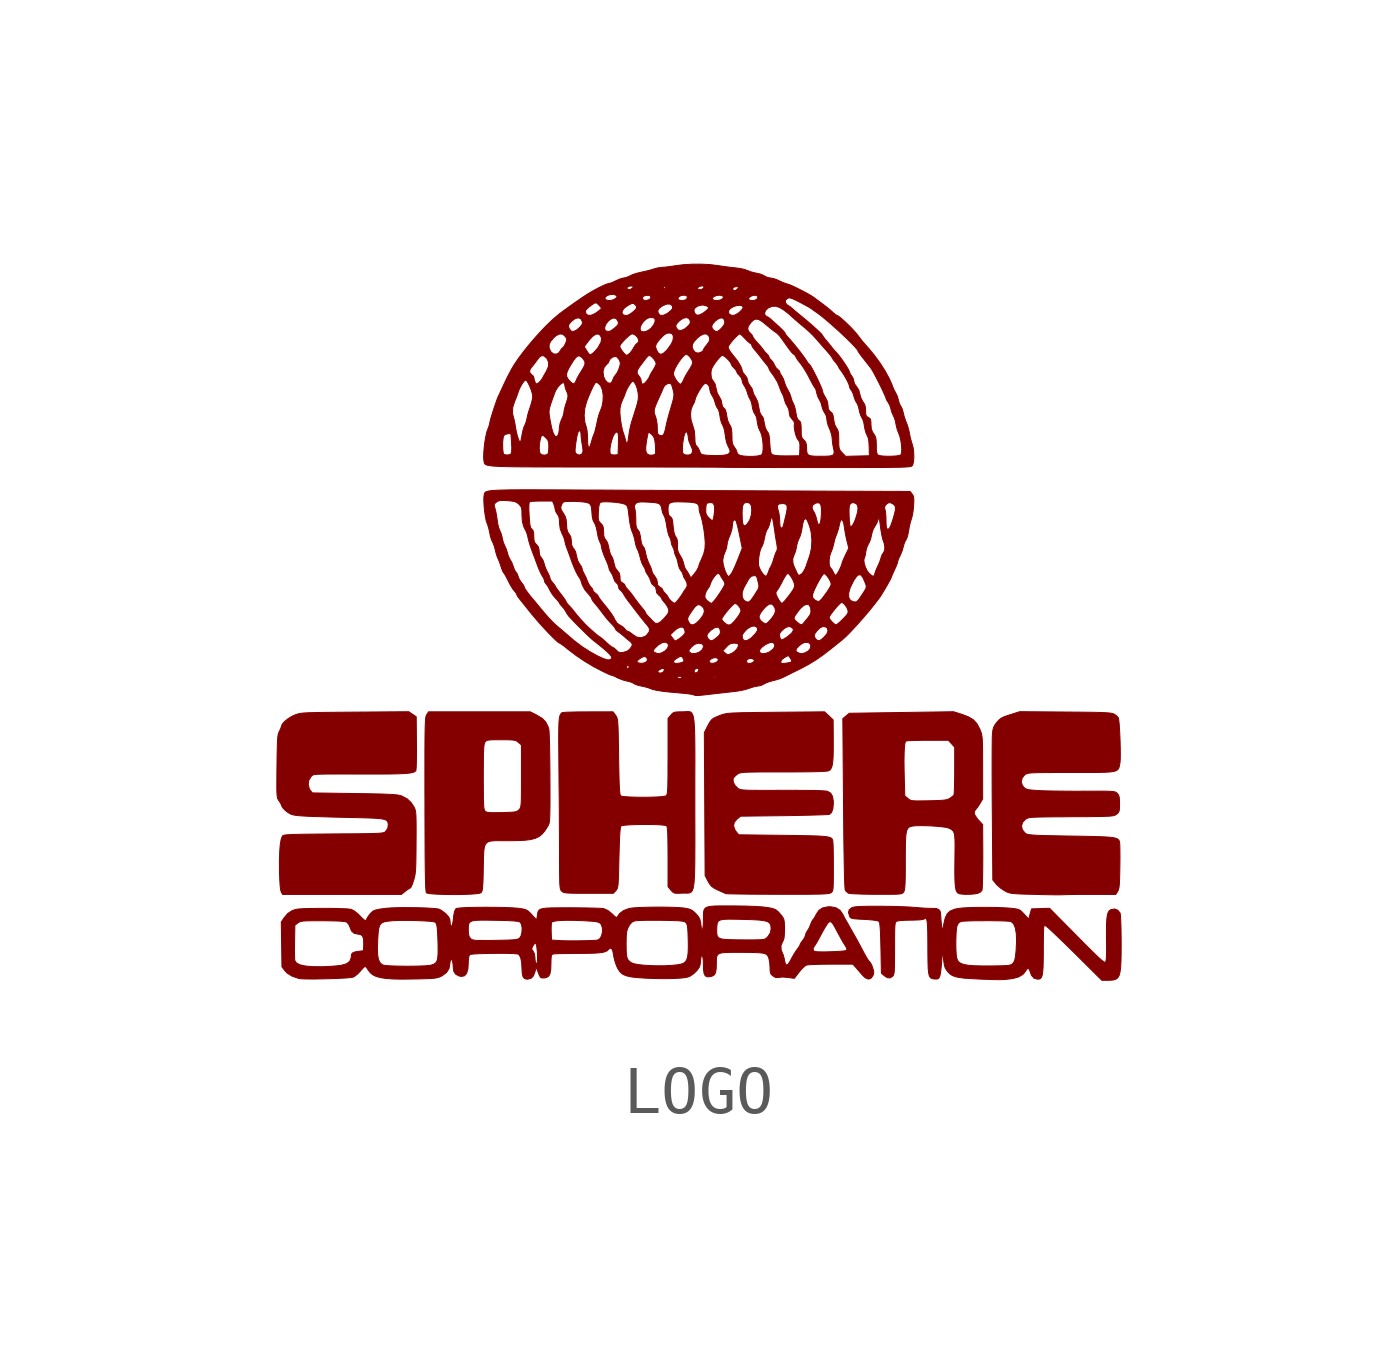
<source format=kicad_sym>
(kicad_symbol_lib
  (version 20220914)
  (generator bitmap2component)
  (symbol "LOGO"
    (pin_names
      (offset 1.016))
    (property "Reference" "#G"
      (at 0 6.974 0)
      (effects (font (size 1.27 1.27)) hide))
    (symbol "LOGO_0_0"
      (polyline (pts (xy 8.549 -7.496) (xy 8.613 -7.49) (xy 8.663 -7.474) (xy 8.702 -7.445) (xy 8.73 -7.397) (xy 8.749 -7.326) (xy 8.762 -7.228) (xy 8.769 -7.098) (xy 8.772 -6.933) (xy 8.773 -6.727) (xy 8.772 -6.609) (xy 8.77 -6.456) (xy 8.767 -6.322) (xy 8.762 -6.214) (xy 8.757 -6.138) (xy 8.751 -6.099) (xy 8.748 -6.092) (xy 8.701 -6.036) (xy 8.634 -6.011) (xy 8.56 -6.024) (xy 8.55 -6.029) (xy 8.522 -6.051) (xy 8.5 -6.088) (xy 8.484 -6.143) (xy 8.474 -6.221) (xy 8.468 -6.329) (xy 8.466 -6.471) (xy 8.467 -6.653) (xy 8.469 -6.775) (xy 8.469 -6.905) (xy 8.466 -7) (xy 8.461 -7.063) (xy 8.454 -7.102) (xy 8.443 -7.12) (xy 8.432 -7.122) (xy 8.407 -7.109) (xy 8.366 -7.078) (xy 8.308 -7.027) (xy 8.23 -6.953) (xy 8.129 -6.854) (xy 8.002 -6.727) (xy 7.847 -6.57) (xy 7.28 -5.996) (xy 7.093 -6.002) (xy 6.905 -6.009) (xy 6.875 -6.115) (xy 6.845 -6.222) (xy 6.751 -6.119) (xy 6.711 -6.076) (xy 6.671 -6.04) (xy 6.628 -6.019) (xy 6.568 -6.007) (xy 6.478 -5.996) (xy 6.456 -5.994) (xy 6.337 -5.986) (xy 6.193 -5.98) (xy 6.035 -5.978) (xy 5.872 -5.977) (xy 5.715 -5.979) (xy 5.573 -5.984) (xy 5.455 -5.991) (xy 5.373 -6.001) (xy 5.301 -6.016) (xy 5.211 -6.053) (xy 5.149 -6.109) (xy 5.107 -6.195) (xy 5.078 -6.317) (xy 5.049 -6.479) (xy 5.033 -6.378) (xy 5.03 -6.361) (xy 5.02 -6.268) (xy 5.014 -6.181) (xy 5.013 -6.147) (xy 5.003 -6.067) (xy 4.973 -6.022) (xy 4.918 -6.001) (xy 4.827 -5.998) (xy 4.795 -5.998) (xy 4.696 -5.995) (xy 4.579 -5.987) (xy 4.465 -5.978) (xy 4.444 -5.976) (xy 4.343 -5.969) (xy 4.211 -5.963) (xy 4.057 -5.958) (xy 3.894 -5.955) (xy 3.731 -5.954) (xy 3.652 -5.954) (xy 3.497 -5.954) (xy 3.378 -5.957) (xy 3.291 -5.961) (xy 3.228 -5.967) (xy 3.184 -5.975) (xy 3.154 -5.987) (xy 3.104 -6.028) (xy 3.09 -6.084) (xy 3.113 -6.161) (xy 3.123 -6.181) (xy 3.14 -6.197) (xy 3.171 -6.208) (xy 3.222 -6.216) (xy 3.302 -6.222) (xy 3.418 -6.228) (xy 3.479 -6.231) (xy 3.606 -6.242) (xy 3.689 -6.255) (xy 3.727 -6.27) (xy 3.731 -6.276) (xy 3.741 -6.314) (xy 3.749 -6.385) (xy 3.756 -6.491) (xy 3.761 -6.637) (xy 3.766 -6.824) (xy 3.776 -7.349) (xy 3.836 -7.401) (xy 3.896 -7.441) (xy 3.954 -7.448) (xy 4.01 -7.415) (xy 4.02 -7.404) (xy 4.03 -7.385) (xy 4.038 -7.354) (xy 4.044 -7.306) (xy 4.047 -7.235) (xy 4.049 -7.137) (xy 4.05 -7.005) (xy 4.051 -6.834) (xy 4.051 -6.822) (xy 4.051 -6.655) (xy 4.052 -6.526) (xy 4.054 -6.431) (xy 4.057 -6.364) (xy 4.062 -6.319) (xy 4.07 -6.292) (xy 4.08 -6.276) (xy 4.094 -6.267) (xy 4.124 -6.259) (xy 4.193 -6.251) (xy 4.285 -6.246) (xy 4.391 -6.244) (xy 4.44 -6.243) (xy 4.56 -6.239) (xy 4.637 -6.23) (xy 4.674 -6.216) (xy 4.688 -6.205) (xy 4.705 -6.204) (xy 4.719 -6.226) (xy 4.729 -6.274) (xy 4.736 -6.352) (xy 4.741 -6.464) (xy 4.743 -6.613) (xy 4.744 -6.763) (xy 5.327 -6.763) (xy 5.328 -6.643) (xy 5.332 -6.529) (xy 5.339 -6.435) (xy 5.35 -6.372) (xy 5.355 -6.355) (xy 5.385 -6.299) (xy 5.434 -6.272) (xy 5.445 -6.269) (xy 5.503 -6.264) (xy 5.594 -6.26) (xy 5.71 -6.257) (xy 5.841 -6.256) (xy 5.979 -6.255) (xy 6.115 -6.256) (xy 6.241 -6.258) (xy 6.348 -6.261) (xy 6.428 -6.266) (xy 6.471 -6.272) (xy 6.483 -6.276) (xy 6.532 -6.322) (xy 6.567 -6.407) (xy 6.588 -6.53) (xy 6.593 -6.688) (xy 6.583 -6.878) (xy 6.581 -6.897) (xy 6.57 -7) (xy 6.557 -7.069) (xy 6.539 -7.114) (xy 6.515 -7.146) (xy 6.504 -7.157) (xy 6.481 -7.171) (xy 6.45 -7.182) (xy 6.403 -7.189) (xy 6.332 -7.193) (xy 6.231 -7.196) (xy 6.093 -7.198) (xy 6.061 -7.198) (xy 5.864 -7.198) (xy 5.707 -7.194) (xy 5.585 -7.184) (xy 5.493 -7.167) (xy 5.427 -7.143) (xy 5.383 -7.11) (xy 5.356 -7.066) (xy 5.341 -7.012) (xy 5.336 -6.972) (xy 5.33 -6.877) (xy 5.327 -6.763) (xy 4.744 -6.763) (xy 4.744 -6.803) (xy 4.745 -6.98) (xy 4.747 -7.131) (xy 4.751 -7.247) (xy 4.759 -7.332) (xy 4.771 -7.392) (xy 4.789 -7.431) (xy 4.813 -7.453) (xy 4.845 -7.465) (xy 4.885 -7.47) (xy 4.937 -7.471) (xy 4.97 -7.456) (xy 4.992 -7.415) (xy 5 -7.383) (xy 5.012 -7.309) (xy 5.023 -7.213) (xy 5.032 -7.106) (xy 5.049 -6.859) (xy 5.066 -7.016) (xy 5.077 -7.107) (xy 5.088 -7.179) (xy 5.102 -7.228) (xy 5.122 -7.266) (xy 5.15 -7.305) (xy 5.162 -7.321) (xy 5.203 -7.363) (xy 5.251 -7.395) (xy 5.312 -7.42) (xy 5.392 -7.438) (xy 5.497 -7.452) (xy 5.635 -7.462) (xy 5.811 -7.471) (xy 5.877 -7.474) (xy 6.02 -7.479) (xy 6.131 -7.483) (xy 6.218 -7.484) (xy 6.29 -7.483) (xy 6.355 -7.479) (xy 6.422 -7.472) (xy 6.501 -7.462) (xy 6.522 -7.459) (xy 6.638 -7.426) (xy 6.729 -7.371) (xy 6.786 -7.3) (xy 6.798 -7.277) (xy 6.828 -7.248) (xy 6.855 -7.263) (xy 6.878 -7.323) (xy 6.904 -7.394) (xy 6.957 -7.454) (xy 7.03 -7.474) (xy 7.03 -7.474) (xy 7.066 -7.471) (xy 7.094 -7.458) (xy 7.114 -7.43) (xy 7.129 -7.382) (xy 7.139 -7.309) (xy 7.146 -7.207) (xy 7.149 -7.07) (xy 7.151 -6.893) (xy 7.151 -6.754) (xy 7.152 -6.617) (xy 7.154 -6.516) (xy 7.156 -6.445) (xy 7.159 -6.399) (xy 7.164 -6.372) (xy 7.17 -6.359) (xy 7.18 -6.356) (xy 7.191 -6.356) (xy 7.213 -6.37) (xy 7.262 -6.412) (xy 7.335 -6.48) (xy 7.429 -6.569) (xy 7.54 -6.675) (xy 7.663 -6.795) (xy 7.796 -6.926) (xy 8.37 -7.497) (xy 8.494 -7.497) (xy 8.549 -7.496)) (stroke (width 0.01) (type default)) (fill (type outline)))
      (polyline (pts (xy -3.6 -7.474) (xy -3.529 -7.458) (xy -3.48 -7.411) (xy -3.446 -7.327) (xy -3.417 -7.223) (xy -3.374 -7.339) (xy -3.348 -7.403) (xy -3.326 -7.438) (xy -3.296 -7.449) (xy -3.249 -7.448) (xy -3.202 -7.439) (xy -3.158 -7.41) (xy -3.13 -7.356) (xy -3.115 -7.27) (xy -3.111 -7.147) (xy -3.11 -7.071) (xy -3.105 -7.004) (xy -3.094 -6.967) (xy -3.075 -6.951) (xy -3.07 -6.95) (xy -3.026 -6.946) (xy -2.946 -6.942) (xy -2.838 -6.94) (xy -2.709 -6.938) (xy -2.566 -6.937) (xy -2.561 -6.937) (xy -2.376 -6.936) (xy -2.231 -6.933) (xy -2.119 -6.926) (xy -2.037 -6.916) (xy -1.979 -6.901) (xy -1.94 -6.882) (xy -1.914 -6.856) (xy -1.881 -6.827) (xy -1.848 -6.835) (xy -1.823 -6.881) (xy -1.807 -6.964) (xy -1.798 -7.02) (xy -1.772 -7.12) (xy -1.737 -7.213) (xy -1.714 -7.259) (xy -1.672 -7.321) (xy -1.62 -7.368) (xy -1.55 -7.401) (xy -1.455 -7.424) (xy -1.329 -7.44) (xy -1.166 -7.451) (xy -1.095 -7.455) (xy -0.909 -7.461) (xy -0.731 -7.463) (xy -0.57 -7.46) (xy -0.431 -7.453) (xy -0.323 -7.443) (xy -0.253 -7.428) (xy -0.207 -7.408) (xy -0.132 -7.356) (xy -0.066 -7.29) (xy -0.018 -7.221) (xy 0 -7.16) (xy 0.004 -7.1) (xy 0.014 -7.028) (xy 0.017 -7.014) (xy 0.031 -6.978) (xy 0.044 -6.981) (xy 0.056 -7.019) (xy 0.064 -7.088) (xy 0.067 -7.185) (xy 0.069 -7.276) (xy 0.081 -7.358) (xy 0.106 -7.405) (xy 0.148 -7.425) (xy 0.209 -7.421) (xy 0.248 -7.411) (xy 0.292 -7.385) (xy 0.319 -7.338) (xy 0.332 -7.264) (xy 0.336 -7.153) (xy 0.336 -7.135) (xy 0.337 -7.061) (xy 0.343 -7.005) (xy 0.361 -6.966) (xy 0.395 -6.94) (xy 0.452 -6.925) (xy 0.537 -6.918) (xy 0.655 -6.915) (xy 0.813 -6.915) (xy 0.825 -6.915) (xy 0.997 -6.916) (xy 1.131 -6.918) (xy 1.231 -6.923) (xy 1.303 -6.931) (xy 1.353 -6.944) (xy 1.386 -6.962) (xy 1.408 -6.987) (xy 1.424 -7.018) (xy 1.435 -7.057) (xy 1.449 -7.138) (xy 1.455 -7.226) (xy 1.456 -7.28) (xy 1.462 -7.337) (xy 1.481 -7.375) (xy 1.516 -7.407) (xy 1.57 -7.439) (xy 1.633 -7.441) (xy 1.635 -7.441) (xy 1.677 -7.432) (xy 1.718 -7.429) (xy 1.774 -7.433) (xy 1.859 -7.443) (xy 1.961 -7.456) (xy 2.059 -7.329) (xy 2.06 -7.328) (xy 2.116 -7.261) (xy 2.17 -7.209) (xy 2.21 -7.181) (xy 2.214 -7.18) (xy 2.26 -7.174) (xy 2.341 -7.169) (xy 2.451 -7.165) (xy 2.58 -7.162) (xy 2.722 -7.161) (xy 3.181 -7.161) (xy 3.241 -7.227) (xy 3.262 -7.251) (xy 3.319 -7.317) (xy 3.377 -7.385) (xy 3.437 -7.444) (xy 3.501 -7.472) (xy 3.555 -7.458) (xy 3.599 -7.401) (xy 3.602 -7.394) (xy 3.616 -7.35) (xy 3.613 -7.301) (xy 3.592 -7.23) (xy 3.578 -7.19) (xy 3.551 -7.136) (xy 3.529 -7.11) (xy 3.515 -7.096) (xy 3.483 -7.049) (xy 3.441 -6.978) (xy 3.394 -6.89) (xy 3.365 -6.835) (xy 3.31 -6.732) (xy 3.259 -6.638) (xy 3.22 -6.568) (xy 3.197 -6.528) (xy 3.145 -6.437) (xy 3.099 -6.356) (xy 3.08 -6.32) (xy 3.045 -6.26) (xy 3.022 -6.221) (xy 2.999 -6.18) (xy 2.972 -6.123) (xy 2.913 -6.038) (xy 2.824 -5.983) (xy 2.712 -5.964) (xy 2.657 -5.966) (xy 2.551 -5.989) (xy 2.474 -6.039) (xy 2.419 -6.121) (xy 2.404 -6.151) (xy 2.374 -6.204) (xy 2.352 -6.231) (xy 2.348 -6.235) (xy 2.326 -6.271) (xy 2.303 -6.328) (xy 2.301 -6.335) (xy 2.27 -6.407) (xy 2.235 -6.465) (xy 2.206 -6.512) (xy 2.193 -6.558) (xy 2.192 -6.565) (xy 2.174 -6.611) (xy 2.137 -6.665) (xy 2.127 -6.677) (xy 2.095 -6.723) (xy 2.081 -6.753) (xy 2.081 -6.756) (xy 2.065 -6.79) (xy 2.035 -6.833) (xy 2.353 -6.833) (xy 2.381 -6.782) (xy 2.394 -6.765) (xy 2.427 -6.712) (xy 2.47 -6.635) (xy 2.518 -6.546) (xy 2.547 -6.491) (xy 2.595 -6.406) (xy 2.637 -6.339) (xy 2.665 -6.3) (xy 2.683 -6.284) (xy 2.708 -6.274) (xy 2.735 -6.286) (xy 2.767 -6.324) (xy 2.809 -6.395) (xy 2.865 -6.501) (xy 2.879 -6.527) (xy 2.93 -6.62) (xy 2.978 -6.705) (xy 3.016 -6.765) (xy 3.036 -6.796) (xy 3.057 -6.845) (xy 3.049 -6.874) (xy 3.043 -6.877) (xy 3 -6.885) (xy 2.926 -6.892) (xy 2.831 -6.898) (xy 2.725 -6.902) (xy 2.618 -6.905) (xy 2.519 -6.905) (xy 2.44 -6.903) (xy 2.389 -6.897) (xy 2.357 -6.876) (xy 2.353 -6.833) (xy 2.035 -6.833) (xy 2.032 -6.838) (xy 2.028 -6.842) (xy 1.996 -6.886) (xy 1.962 -6.939) (xy 1.921 -7.01) (xy 1.866 -7.111) (xy 1.829 -7.165) (xy 1.798 -7.18) (xy 1.773 -7.151) (xy 1.756 -7.077) (xy 1.751 -7.047) (xy 1.732 -6.974) (xy 1.71 -6.921) (xy 1.686 -6.864) (xy 1.683 -6.774) (xy 1.718 -6.691) (xy 1.732 -6.665) (xy 1.747 -6.615) (xy 1.754 -6.541) (xy 1.757 -6.432) (xy 1.756 -6.356) (xy 1.752 -6.282) (xy 1.743 -6.23) (xy 1.724 -6.189) (xy 1.694 -6.146) (xy 1.677 -6.126) (xy 1.626 -6.069) (xy 1.582 -6.032) (xy 1.579 -6.03) (xy 1.518 -6.004) (xy 1.426 -5.984) (xy 1.3 -5.968) (xy 1.136 -5.957) (xy 0.933 -5.95) (xy 0.688 -5.947) (xy 0.585 -5.947) (xy 0.424 -5.947) (xy 0.3 -5.949) (xy 0.209 -5.957) (xy 0.145 -5.971) (xy 0.104 -5.994) (xy 0.081 -6.028) (xy 0.07 -6.075) (xy 0.067 -6.138) (xy 0.067 -6.219) (xy 0.065 -6.316) (xy 0.058 -6.393) (xy 0.049 -6.437) (xy 0.037 -6.444) (xy 0.025 -6.411) (xy 0.013 -6.336) (xy 0.009 -6.298) (xy -0.008 -6.226) (xy -0.037 -6.17) (xy -0.09 -6.109) (xy -0.117 -6.082) (xy -0.172 -6.038) (xy -0.232 -6.012) (xy -0.318 -5.994) (xy -0.339 -5.991) (xy -0.431 -5.983) (xy -0.553 -5.977) (xy -0.696 -5.973) (xy -0.851 -5.972) (xy -1.008 -5.973) (xy -1.158 -5.976) (xy -1.291 -5.981) (xy -1.399 -5.989) (xy -1.47 -5.998) (xy -1.487 -6.002) (xy -1.595 -6.043) (xy -1.679 -6.104) (xy -1.729 -6.177) (xy -1.73 -6.179) (xy -1.746 -6.188) (xy -1.779 -6.168) (xy -1.834 -6.116) (xy -1.835 -6.114) (xy -1.925 -6.041) (xy -2.009 -6.004) (xy -2.052 -5.999) (xy -2.133 -5.995) (xy -2.245 -5.992) (xy -2.382 -5.989) (xy -2.536 -5.987) (xy -2.701 -5.986) (xy -2.833 -5.986) (xy -2.997 -5.987) (xy -3.124 -5.989) (xy -3.219 -5.994) (xy -3.287 -6.004) (xy -3.333 -6.018) (xy -3.362 -6.038) (xy -3.379 -6.067) (xy -3.388 -6.103) (xy -3.395 -6.15) (xy -3.407 -6.241) (xy -3.511 -6.13) (xy -3.543 -6.095) (xy -3.591 -6.051) (xy -3.636 -6.025) (xy -3.695 -6.01) (xy -3.782 -5.998) (xy -3.804 -5.995) (xy -3.898 -5.988) (xy -4.018 -5.982) (xy -4.156 -5.978) (xy -4.306 -5.976) (xy -4.461 -5.975) (xy -4.613 -5.976) (xy -4.755 -5.978) (xy -4.88 -5.982) (xy -4.982 -5.988) (xy -5.054 -5.995) (xy -5.087 -6.003) (xy -5.094 -6.009) (xy -5.121 -6.063) (xy -5.138 -6.154) (xy -5.14 -6.176) (xy -5.152 -6.276) (xy -5.164 -6.337) (xy -5.177 -6.365) (xy -5.193 -6.366) (xy -5.195 -6.364) (xy -5.209 -6.33) (xy -5.214 -6.273) (xy -5.219 -6.226) (xy -5.244 -6.174) (xy -5.298 -6.116) (xy -5.327 -6.091) (xy -5.388 -6.045) (xy -5.437 -6.017) (xy -5.453 -6.012) (xy -5.517 -6.003) (xy -5.614 -5.996) (xy -5.736 -5.989) (xy -5.875 -5.985) (xy -6.022 -5.983) (xy -6.169 -5.982) (xy -6.308 -5.984) (xy -6.432 -5.988) (xy -6.531 -5.995) (xy -6.554 -5.997) (xy -6.673 -6.013) (xy -6.763 -6.032) (xy -6.817 -6.053) (xy -6.869 -6.101) (xy -6.925 -6.174) (xy -6.97 -6.255) (xy -6.971 -6.256) (xy -6.992 -6.248) (xy -7.034 -6.214) (xy -7.087 -6.16) (xy -7.129 -6.117) (xy -7.207 -6.054) (xy -7.273 -6.019) (xy -7.297 -6.015) (xy -7.368 -6.008) (xy -7.471 -6.004) (xy -7.596 -6) (xy -7.736 -5.998) (xy -7.883 -5.998) (xy -8.027 -5.999) (xy -8.162 -6.001) (xy -8.278 -6.005) (xy -8.367 -6.011) (xy -8.421 -6.018) (xy -8.5 -6.043) (xy -8.594 -6.103) (xy -8.674 -6.197) (xy -8.731 -6.284) (xy -8.724 -6.751) (xy -8.723 -6.817) (xy -8.456 -6.817) (xy -8.454 -6.694) (xy -8.448 -6.349) (xy -8.385 -6.302) (xy -8.378 -6.297) (xy -8.354 -6.282) (xy -8.325 -6.271) (xy -8.284 -6.264) (xy -8.224 -6.259) (xy -8.14 -6.257) (xy -8.024 -6.256) (xy -7.87 -6.256) (xy -7.769 -6.257) (xy -7.608 -6.26) (xy -7.489 -6.265) (xy -7.41 -6.274) (xy -7.369 -6.284) (xy -7.365 -6.287) (xy -7.325 -6.332) (xy -7.295 -6.4) (xy -7.267 -6.469) (xy -7.212 -6.519) (xy -7.131 -6.535) (xy -7.078 -6.543) (xy -7.037 -6.576) (xy -7.016 -6.64) (xy -7.013 -6.742) (xy -7.016 -6.838) (xy -6.728 -6.838) (xy -6.722 -6.672) (xy -6.721 -6.639) (xy -6.712 -6.506) (xy -6.699 -6.41) (xy -6.677 -6.344) (xy -6.64 -6.303) (xy -6.583 -6.278) (xy -6.502 -6.264) (xy -6.39 -6.254) (xy -6.361 -6.253) (xy -6.262 -6.249) (xy -6.144 -6.249) (xy -6.016 -6.25) (xy -5.886 -6.254) (xy -5.764 -6.259) (xy -5.659 -6.265) (xy -5.58 -6.273) (xy -5.537 -6.281) (xy -5.533 -6.283) (xy -5.512 -6.298) (xy -5.496 -6.328) (xy -5.485 -6.378) (xy -5.477 -6.449) (xy -4.834 -6.449) (xy -4.833 -6.398) (xy -4.83 -6.344) (xy -4.817 -6.305) (xy -4.79 -6.277) (xy -4.744 -6.258) (xy -4.674 -6.248) (xy -4.575 -6.244) (xy -4.441 -6.244) (xy -4.267 -6.247) (xy -4.156 -6.249) (xy -4.01 -6.253) (xy -3.901 -6.259) (xy -3.825 -6.266) (xy -3.777 -6.275) (xy -3.752 -6.286) (xy -3.751 -6.287) (xy -3.724 -6.335) (xy -3.712 -6.408) (xy -3.714 -6.46) (xy -3.107 -6.46) (xy -3.106 -6.377) (xy -3.102 -6.315) (xy -3.093 -6.285) (xy -3.074 -6.274) (xy -3.01 -6.26) (xy -2.91 -6.251) (xy -2.78 -6.247) (xy -2.625 -6.248) (xy -2.452 -6.254) (xy -2.383 -6.258) (xy -2.269 -6.265) (xy -2.19 -6.273) (xy -2.136 -6.283) (xy -2.102 -6.296) (xy -2.079 -6.313) (xy -2.059 -6.341) (xy -2.038 -6.41) (xy -2.038 -6.489) (xy -2.055 -6.566) (xy -2.089 -6.627) (xy -2.135 -6.658) (xy -2.177 -6.663) (xy -2.257 -6.668) (xy -2.363 -6.671) (xy -2.485 -6.674) (xy -2.612 -6.675) (xy -2.736 -6.675) (xy -2.846 -6.673) (xy -2.932 -6.669) (xy -3.099 -6.658) (xy -3.106 -6.481) (xy -3.107 -6.46) (xy -3.714 -6.46) (xy -3.715 -6.49) (xy -3.732 -6.565) (xy -3.762 -6.615) (xy -3.763 -6.616) (xy -3.783 -6.63) (xy -3.81 -6.641) (xy -3.851 -6.649) (xy -3.912 -6.655) (xy -3.999 -6.659) (xy -4.118 -6.662) (xy -4.275 -6.665) (xy -4.363 -6.666) (xy -4.498 -6.667) (xy -4.598 -6.667) (xy -4.669 -6.665) (xy -4.717 -6.66) (xy -4.749 -6.652) (xy -4.77 -6.641) (xy -4.788 -6.625) (xy -4.815 -6.588) (xy -4.83 -6.533) (xy -4.834 -6.449) (xy -5.477 -6.449) (xy -5.477 -6.453) (xy -5.471 -6.561) (xy -5.465 -6.708) (xy -5.463 -6.832) (xy -3.511 -6.832) (xy -3.49 -6.787) (xy -3.461 -6.741) (xy -3.436 -6.723) (xy -3.429 -6.73) (xy -1.544 -6.73) (xy -1.543 -6.615) (xy -1.539 -6.533) (xy -1.53 -6.473) (xy -1.515 -6.425) (xy -1.493 -6.377) (xy -1.468 -6.335) (xy -1.422 -6.285) (xy -1.364 -6.259) (xy -1.356 -6.258) (xy -1.301 -6.253) (xy -1.211 -6.249) (xy -1.094 -6.246) (xy -0.958 -6.246) (xy -0.812 -6.247) (xy -0.668 -6.25) (xy -0.543 -6.253) (xy -0.451 -6.257) (xy -0.386 -6.263) (xy -0.343 -6.271) (xy -0.316 -6.281) (xy -0.298 -6.294) (xy -0.297 -6.295) (xy -0.281 -6.319) (xy -0.269 -6.356) (xy -0.261 -6.416) (xy -0.255 -6.504) (xy -0.255 -6.505) (xy 0.343 -6.505) (xy 0.344 -6.414) (xy 0.346 -6.38) (xy 0.351 -6.325) (xy 0.364 -6.284) (xy 0.388 -6.255) (xy 0.431 -6.237) (xy 0.497 -6.227) (xy 0.591 -6.223) (xy 0.719 -6.224) (xy 0.887 -6.228) (xy 0.931 -6.229) (xy 1.099 -6.234) (xy 1.229 -6.242) (xy 1.325 -6.254) (xy 1.393 -6.271) (xy 1.437 -6.295) (xy 1.462 -6.328) (xy 1.474 -6.372) (xy 1.477 -6.428) (xy 1.463 -6.507) (xy 1.414 -6.582) (xy 1.397 -6.601) (xy 1.37 -6.626) (xy 1.338 -6.641) (xy 1.293 -6.649) (xy 1.222 -6.653) (xy 1.118 -6.655) (xy 1.072 -6.655) (xy 0.93 -6.655) (xy 0.778 -6.654) (xy 0.643 -6.651) (xy 0.52 -6.646) (xy 0.435 -6.634) (xy 0.381 -6.61) (xy 0.353 -6.569) (xy 0.343 -6.505) (xy -0.255 -6.505) (xy -0.251 -6.63) (xy -0.25 -6.645) (xy -0.248 -6.802) (xy -0.252 -6.92) (xy -0.263 -7.008) (xy -0.281 -7.069) (xy -0.309 -7.112) (xy -0.348 -7.141) (xy -0.396 -7.159) (xy -0.487 -7.176) (xy -0.606 -7.187) (xy -0.742 -7.194) (xy -0.887 -7.195) (xy -1.033 -7.191) (xy -1.17 -7.183) (xy -1.289 -7.17) (xy -1.382 -7.152) (xy -1.439 -7.13) (xy -1.473 -7.104) (xy -1.505 -7.07) (xy -1.526 -7.025) (xy -1.538 -6.96) (xy -1.543 -6.869) (xy -1.544 -6.741) (xy -1.544 -6.73) (xy -3.429 -6.73) (xy -3.418 -6.743) (xy -3.405 -6.804) (xy -3.395 -6.907) (xy -3.394 -6.921) (xy -3.39 -7.02) (xy -3.393 -7.096) (xy -3.402 -7.143) (xy -3.415 -7.155) (xy -3.432 -7.128) (xy -3.433 -7.126) (xy -3.442 -7.075) (xy -3.446 -7.01) (xy -3.446 -7.006) (xy -3.458 -6.939) (xy -3.485 -6.887) (xy -3.504 -6.864) (xy -3.511 -6.832) (xy -5.463 -6.832) (xy -5.463 -6.835) (xy -5.464 -6.954) (xy -5.472 -7.039) (xy -5.488 -7.098) (xy -5.516 -7.138) (xy -5.556 -7.163) (xy -5.611 -7.182) (xy -5.655 -7.189) (xy -5.738 -7.196) (xy -5.847 -7.2) (xy -5.974 -7.203) (xy -6.109 -7.204) (xy -6.245 -7.202) (xy -6.371 -7.2) (xy -6.479 -7.195) (xy -6.56 -7.189) (xy -6.605 -7.181) (xy -6.638 -7.164) (xy -6.679 -7.123) (xy -6.707 -7.058) (xy -6.723 -6.965) (xy -6.728 -6.838) (xy -7.016 -6.838) (xy -7.018 -6.881) (xy -7.117 -6.893) (xy -7.183 -6.903) (xy -7.239 -6.922) (xy -7.266 -6.953) (xy -7.273 -7.003) (xy -7.275 -7.031) (xy -7.304 -7.102) (xy -7.37 -7.152) (xy -7.474 -7.183) (xy -7.512 -7.189) (xy -7.606 -7.199) (xy -7.718 -7.207) (xy -7.833 -7.213) (xy -7.884 -7.214) (xy -8.079 -7.213) (xy -8.232 -7.199) (xy -8.344 -7.174) (xy -8.416 -7.136) (xy -8.449 -7.085) (xy -8.451 -7.071) (xy -8.454 -7.014) (xy -8.456 -6.927) (xy -8.456 -6.817) (xy -8.723 -6.817) (xy -8.717 -7.217) (xy -8.653 -7.3) (xy -8.607 -7.348) (xy -8.502 -7.413) (xy -8.358 -7.461) (xy -8.319 -7.465) (xy -8.24 -7.469) (xy -8.133 -7.47) (xy -8.006 -7.47) (xy -7.867 -7.467) (xy -7.724 -7.464) (xy -7.585 -7.459) (xy -7.459 -7.453) (xy -7.353 -7.447) (xy -7.276 -7.439) (xy -7.235 -7.432) (xy -7.203 -7.415) (xy -7.141 -7.366) (xy -7.083 -7.305) (xy -7.047 -7.263) (xy -7.006 -7.222) (xy -6.983 -7.206) (xy -6.978 -7.208) (xy -6.952 -7.234) (xy -6.919 -7.283) (xy -6.88 -7.335) (xy -6.827 -7.381) (xy -6.755 -7.416) (xy -6.662 -7.442) (xy -6.542 -7.46) (xy -6.391 -7.47) (xy -6.205 -7.473) (xy -5.979 -7.47) (xy -5.854 -7.468) (xy -5.722 -7.464) (xy -5.623 -7.46) (xy -5.55 -7.455) (xy -5.496 -7.447) (xy -5.455 -7.436) (xy -5.418 -7.422) (xy -5.381 -7.404) (xy -5.379 -7.403) (xy -5.288 -7.336) (xy -5.235 -7.249) (xy -5.216 -7.135) (xy -5.21 -7.091) (xy -5.194 -7.062) (xy -5.184 -7.061) (xy -5.166 -7.088) (xy -5.153 -7.146) (xy -5.147 -7.224) (xy -5.138 -7.303) (xy -5.102 -7.365) (xy -5.034 -7.405) (xy -4.977 -7.417) (xy -4.913 -7.403) (xy -4.868 -7.351) (xy -4.842 -7.26) (xy -4.834 -7.129) (xy -4.833 -7.086) (xy -4.823 -7.003) (xy -4.802 -6.961) (xy -4.78 -6.955) (xy -4.72 -6.949) (xy -4.629 -6.944) (xy -4.516 -6.94) (xy -4.39 -6.937) (xy -4.258 -6.936) (xy -4.128 -6.935) (xy -4.009 -6.937) (xy -3.908 -6.94) (xy -3.834 -6.945) (xy -3.795 -6.951) (xy -3.772 -6.969) (xy -3.741 -7.029) (xy -3.722 -7.123) (xy -3.715 -7.244) (xy -3.71 -7.35) (xy -3.693 -7.423) (xy -3.661 -7.462) (xy -3.612 -7.474) (xy -3.6 -7.474)) (stroke (width 0.01) (type default)) (fill (type outline)))
      (polyline (pts (xy 7.532 -5.715) (xy 7.572 -5.714) (xy 7.587 -5.713) (xy 7.646 -5.711) (xy 7.739 -5.709) (xy 7.859 -5.708) (xy 7.997 -5.707) (xy 8.148 -5.707) (xy 8.66 -5.707) (xy 8.699 -5.646) (xy 8.707 -5.632) (xy 8.719 -5.601) (xy 8.728 -5.558) (xy 8.735 -5.495) (xy 8.739 -5.407) (xy 8.743 -5.286) (xy 8.746 -5.127) (xy 8.746 -5.099) (xy 8.748 -4.959) (xy 8.747 -4.833) (xy 8.746 -4.729) (xy 8.743 -4.654) (xy 8.74 -4.617) (xy 8.732 -4.592) (xy 8.719 -4.57) (xy 8.697 -4.551) (xy 8.662 -4.537) (xy 8.61 -4.525) (xy 8.538 -4.516) (xy 8.441 -4.509) (xy 8.315 -4.503) (xy 8.156 -4.499) (xy 7.96 -4.495) (xy 7.724 -4.491) (xy 7.7 -4.491) (xy 7.478 -4.487) (xy 7.295 -4.483) (xy 7.149 -4.48) (xy 7.034 -4.476) (xy 6.947 -4.471) (xy 6.883 -4.465) (xy 6.838 -4.459) (xy 6.808 -4.451) (xy 6.788 -4.442) (xy 6.771 -4.429) (xy 6.714 -4.361) (xy 6.696 -4.284) (xy 6.718 -4.207) (xy 6.78 -4.14) (xy 6.791 -4.133) (xy 6.809 -4.123) (xy 6.833 -4.114) (xy 6.866 -4.107) (xy 6.913 -4.102) (xy 6.978 -4.098) (xy 7.065 -4.095) (xy 7.18 -4.093) (xy 7.326 -4.091) (xy 7.508 -4.09) (xy 7.73 -4.088) (xy 7.866 -4.088) (xy 8.064 -4.087) (xy 8.224 -4.085) (xy 8.351 -4.083) (xy 8.448 -4.08) (xy 8.522 -4.077) (xy 8.575 -4.072) (xy 8.613 -4.066) (xy 8.639 -4.058) (xy 8.659 -4.048) (xy 8.676 -4.037) (xy 8.693 -4.024) (xy 8.718 -3.997) (xy 8.732 -3.962) (xy 8.738 -3.907) (xy 8.739 -3.819) (xy 8.738 -3.738) (xy 8.731 -3.675) (xy 8.716 -3.633) (xy 8.691 -3.601) (xy 8.691 -3.601) (xy 8.676 -3.587) (xy 8.658 -3.576) (xy 8.631 -3.568) (xy 8.591 -3.562) (xy 8.533 -3.558) (xy 8.451 -3.556) (xy 8.339 -3.555) (xy 8.194 -3.556) (xy 8.008 -3.556) (xy 7.85 -3.557) (xy 7.665 -3.556) (xy 7.487 -3.554) (xy 7.326 -3.552) (xy 7.189 -3.549) (xy 7.088 -3.545) (xy 7.024 -3.541) (xy 6.923 -3.534) (xy 6.853 -3.526) (xy 6.806 -3.515) (xy 6.774 -3.499) (xy 6.746 -3.477) (xy 6.711 -3.431) (xy 6.692 -3.355) (xy 6.711 -3.278) (xy 6.766 -3.213) (xy 6.778 -3.205) (xy 6.796 -3.195) (xy 6.82 -3.186) (xy 6.854 -3.18) (xy 6.902 -3.175) (xy 6.968 -3.172) (xy 7.058 -3.169) (xy 7.175 -3.168) (xy 7.323 -3.167) (xy 7.508 -3.167) (xy 7.733 -3.167) (xy 7.756 -3.167) (xy 7.987 -3.167) (xy 8.177 -3.166) (xy 8.331 -3.165) (xy 8.453 -3.161) (xy 8.546 -3.155) (xy 8.615 -3.145) (xy 8.664 -3.131) (xy 8.697 -3.111) (xy 8.718 -3.086) (xy 8.731 -3.053) (xy 8.739 -3.013) (xy 8.748 -2.965) (xy 8.75 -2.95) (xy 8.754 -2.882) (xy 8.755 -2.784) (xy 8.754 -2.664) (xy 8.751 -2.533) (xy 8.746 -2.4) (xy 8.739 -2.273) (xy 8.732 -2.163) (xy 8.723 -2.079) (xy 8.715 -2.031) (xy 8.713 -2.027) (xy 8.682 -1.989) (xy 8.631 -1.952) (xy 8.631 -1.952) (xy 8.61 -1.943) (xy 8.582 -1.935) (xy 8.543 -1.928) (xy 8.489 -1.923) (xy 8.415 -1.919) (xy 8.318 -1.915) (xy 8.193 -1.912) (xy 8.036 -1.91) (xy 7.843 -1.908) (xy 7.609 -1.906) (xy 6.658 -1.899) (xy 6.459 -1.962) (xy 6.415 -1.976) (xy 6.33 -2.006) (xy 6.271 -2.036) (xy 6.225 -2.072) (xy 6.181 -2.122) (xy 6.174 -2.13) (xy 6.135 -2.184) (xy 6.111 -2.235) (xy 6.097 -2.298) (xy 6.088 -2.391) (xy 6.088 -2.395) (xy 6.086 -2.454) (xy 6.085 -2.552) (xy 6.084 -2.686) (xy 6.083 -2.85) (xy 6.083 -3.041) (xy 6.083 -3.255) (xy 6.084 -3.486) (xy 6.085 -3.731) (xy 6.087 -3.984) (xy 6.098 -5.406) (xy 6.167 -5.489) (xy 6.194 -5.519) (xy 6.267 -5.581) (xy 6.346 -5.633) (xy 6.356 -5.638) (xy 6.391 -5.656) (xy 6.425 -5.67) (xy 6.465 -5.68) (xy 6.518 -5.688) (xy 6.59 -5.694) (xy 6.687 -5.699) (xy 6.815 -5.703) (xy 6.982 -5.707) (xy 7.068 -5.709) (xy 7.215 -5.713) (xy 7.346 -5.715) (xy 7.454 -5.716) (xy 7.532 -5.715)) (stroke (width 0.01) (type default)) (fill (type outline)))
      (polyline (pts (xy -6.143 -5.639) (xy -6.115 -5.618) (xy -6.067 -5.585) (xy -6.04 -5.572) (xy -6.038 -5.572) (xy -6.022 -5.546) (xy -5.998 -5.49) (xy -5.973 -5.413) (xy -5.967 -5.395) (xy -5.954 -5.346) (xy -5.944 -5.295) (xy -5.936 -5.237) (xy -5.931 -5.165) (xy -5.927 -5.072) (xy -5.925 -4.954) (xy -5.923 -4.803) (xy -5.922 -4.613) (xy -5.921 -4.447) (xy -5.921 -4.295) (xy -5.922 -4.177) (xy -5.924 -4.088) (xy -5.928 -4.023) (xy -5.934 -3.975) (xy -5.942 -3.939) (xy -5.953 -3.91) (xy -5.967 -3.883) (xy -6.023 -3.796) (xy -6.109 -3.714) (xy -6.222 -3.656) (xy -6.224 -3.655) (xy -6.256 -3.645) (xy -6.296 -3.637) (xy -6.35 -3.63) (xy -6.421 -3.624) (xy -6.515 -3.62) (xy -6.635 -3.615) (xy -6.787 -3.612) (xy -6.975 -3.608) (xy -7.202 -3.605) (xy -8.083 -3.592) (xy -8.126 -3.539) (xy -8.149 -3.5) (xy -8.169 -3.415) (xy -8.157 -3.327) (xy -8.113 -3.255) (xy -8.106 -3.247) (xy -8.096 -3.236) (xy -8.085 -3.226) (xy -8.071 -3.218) (xy -8.049 -3.212) (xy -8.016 -3.207) (xy -7.967 -3.203) (xy -7.9 -3.201) (xy -7.81 -3.199) (xy -7.694 -3.199) (xy -7.548 -3.198) (xy -7.368 -3.198) (xy -7.151 -3.199) (xy -6.893 -3.199) (xy -6.681 -3.199) (xy -6.483 -3.198) (xy -6.323 -3.195) (xy -6.196 -3.19) (xy -6.099 -3.183) (xy -6.028 -3.174) (xy -5.978 -3.162) (xy -5.946 -3.147) (xy -5.927 -3.129) (xy -5.924 -3.112) (xy -5.919 -3.054) (xy -5.916 -2.963) (xy -5.914 -2.844) (xy -5.913 -2.705) (xy -5.914 -2.552) (xy -5.919 -2.005) (xy -5.997 -1.952) (xy -6.074 -1.9) (xy -7.194 -1.908) (xy -7.198 -1.908) (xy -7.45 -1.91) (xy -7.662 -1.912) (xy -7.837 -1.914) (xy -7.98 -1.916) (xy -8.094 -1.919) (xy -8.184 -1.922) (xy -8.255 -1.926) (xy -8.309 -1.931) (xy -8.351 -1.938) (xy -8.385 -1.946) (xy -8.416 -1.956) (xy -8.447 -1.967) (xy -8.508 -1.995) (xy -8.589 -2.045) (xy -8.659 -2.101) (xy -8.709 -2.156) (xy -8.728 -2.201) (xy -8.729 -2.208) (xy -8.743 -2.251) (xy -8.771 -2.308) (xy -8.776 -2.318) (xy -8.788 -2.346) (xy -8.797 -2.381) (xy -8.804 -2.429) (xy -8.809 -2.494) (xy -8.813 -2.582) (xy -8.816 -2.698) (xy -8.819 -2.849) (xy -8.821 -3.039) (xy -8.822 -3.088) (xy -8.823 -3.266) (xy -8.824 -3.405) (xy -8.824 -3.511) (xy -8.822 -3.59) (xy -8.818 -3.647) (xy -8.812 -3.687) (xy -8.804 -3.715) (xy -8.792 -3.736) (xy -8.778 -3.757) (xy -8.77 -3.768) (xy -8.74 -3.816) (xy -8.728 -3.846) (xy -8.727 -3.854) (xy -8.702 -3.899) (xy -8.653 -3.952) (xy -8.591 -4.001) (xy -8.528 -4.036) (xy -8.512 -4.042) (xy -8.477 -4.051) (xy -8.432 -4.059) (xy -8.371 -4.066) (xy -8.291 -4.072) (xy -8.188 -4.078) (xy -8.059 -4.083) (xy -7.9 -4.088) (xy -7.707 -4.094) (xy -7.477 -4.1) (xy -7.206 -4.106) (xy -7.154 -4.107) (xy -6.972 -4.112) (xy -6.829 -4.117) (xy -6.72 -4.124) (xy -6.639 -4.133) (xy -6.583 -4.144) (xy -6.546 -4.159) (xy -6.523 -4.178) (xy -6.51 -4.201) (xy -6.5 -4.245) (xy -6.511 -4.329) (xy -6.561 -4.401) (xy -6.571 -4.409) (xy -6.589 -4.417) (xy -6.616 -4.424) (xy -6.656 -4.429) (xy -6.713 -4.434) (xy -6.792 -4.437) (xy -6.895 -4.44) (xy -7.027 -4.442) (xy -7.192 -4.444) (xy -7.394 -4.445) (xy -7.637 -4.447) (xy -7.648 -4.447) (xy -7.898 -4.449) (xy -8.107 -4.451) (xy -8.277 -4.453) (xy -8.414 -4.456) (xy -8.52 -4.46) (xy -8.598 -4.464) (xy -8.651 -4.469) (xy -8.684 -4.476) (xy -8.7 -4.483) (xy -8.711 -4.498) (xy -8.735 -4.566) (xy -8.753 -4.674) (xy -8.764 -4.82) (xy -8.77 -5) (xy -8.769 -5.211) (xy -8.764 -5.38) (xy -8.756 -5.516) (xy -8.745 -5.609) (xy -8.732 -5.656) (xy -8.704 -5.707) (xy -7.466 -5.707) (xy -6.228 -5.707) (xy -6.143 -5.639)) (stroke (width 0.01) (type default)) (fill (type outline)))
      (polyline (pts (xy -5.045 -5.71) (xy -4.91 -5.707) (xy -4.788 -5.702) (xy -4.686 -5.695) (xy -4.613 -5.686) (xy -4.575 -5.675) (xy -4.569 -5.67) (xy -4.556 -5.655) (xy -4.546 -5.63) (xy -4.539 -5.59) (xy -4.533 -5.528) (xy -4.528 -5.44) (xy -4.524 -5.318) (xy -4.521 -5.158) (xy -4.519 -5.065) (xy -4.516 -4.911) (xy -4.51 -4.794) (xy -4.496 -4.709) (xy -4.47 -4.651) (xy -4.428 -4.615) (xy -4.364 -4.595) (xy -4.274 -4.588) (xy -4.153 -4.587) (xy -3.996 -4.588) (xy -3.812 -4.586) (xy -3.656 -4.579) (xy -3.534 -4.564) (xy -3.436 -4.538) (xy -3.359 -4.501) (xy -3.294 -4.449) (xy -3.237 -4.38) (xy -3.18 -4.291) (xy -3.178 -4.288) (xy -3.166 -4.267) (xy -3.156 -4.245) (xy -3.148 -4.217) (xy -3.142 -4.179) (xy -3.138 -4.128) (xy -3.135 -4.057) (xy -3.133 -3.964) (xy -3.131 -3.843) (xy -3.131 -3.69) (xy -3.131 -3.502) (xy -3.132 -3.273) (xy -3.132 -3.187) (xy -3.134 -2.986) (xy -3.136 -2.8) (xy -3.139 -2.634) (xy -3.143 -2.491) (xy -3.147 -2.378) (xy -3.151 -2.299) (xy -3.156 -2.26) (xy -3.169 -2.217) (xy -3.218 -2.117) (xy -3.293 -2.039) (xy -3.403 -1.972) (xy -3.543 -1.902) (xy -4.602 -1.902) (xy -5.661 -1.902) (xy -5.7 -1.963) (xy -5.705 -1.97) (xy -5.711 -1.985) (xy -5.717 -2.006) (xy -5.722 -2.037) (xy -5.726 -2.08) (xy -5.729 -2.138) (xy -5.732 -2.214) (xy -5.734 -2.312) (xy -5.736 -2.433) (xy -5.737 -2.581) (xy -5.738 -2.76) (xy -5.738 -2.971) (xy -5.738 -3.218) (xy -5.738 -3.26) (xy -4.521 -3.26) (xy -4.52 -3.077) (xy -4.519 -2.918) (xy -4.518 -2.793) (xy -4.514 -2.7) (xy -4.51 -2.632) (xy -4.504 -2.585) (xy -4.496 -2.554) (xy -4.486 -2.534) (xy -4.469 -2.514) (xy -4.448 -2.5) (xy -4.413 -2.491) (xy -4.357 -2.486) (xy -4.273 -2.484) (xy -4.151 -2.484) (xy -4.032 -2.484) (xy -3.945 -2.487) (xy -3.886 -2.492) (xy -3.846 -2.501) (xy -3.817 -2.516) (xy -3.789 -2.538) (xy -3.726 -2.592) (xy -3.726 -3.242) (xy -3.726 -3.3) (xy -3.726 -3.475) (xy -3.727 -3.613) (xy -3.728 -3.718) (xy -3.731 -3.795) (xy -3.736 -3.849) (xy -3.742 -3.886) (xy -3.751 -3.91) (xy -3.762 -3.928) (xy -3.777 -3.944) (xy -3.799 -3.963) (xy -3.826 -3.978) (xy -3.865 -3.988) (xy -3.925 -3.994) (xy -4.013 -3.998) (xy -4.137 -4.002) (xy -4.186 -4.003) (xy -4.299 -4.004) (xy -4.378 -4.003) (xy -4.43 -3.997) (xy -4.463 -3.987) (xy -4.484 -3.972) (xy -4.487 -3.968) (xy -4.497 -3.951) (xy -4.505 -3.924) (xy -4.511 -3.88) (xy -4.515 -3.816) (xy -4.518 -3.727) (xy -4.519 -3.608) (xy -4.52 -3.454) (xy -4.521 -3.26) (xy -5.738 -3.26) (xy -5.738 -3.504) (xy -5.737 -3.832) (xy -5.737 -4.02) (xy -5.736 -4.34) (xy -5.735 -4.62) (xy -5.734 -4.86) (xy -5.732 -5.064) (xy -5.73 -5.234) (xy -5.727 -5.372) (xy -5.724 -5.482) (xy -5.721 -5.564) (xy -5.716 -5.622) (xy -5.712 -5.657) (xy -5.707 -5.673) (xy -5.696 -5.679) (xy -5.645 -5.69) (xy -5.561 -5.698) (xy -5.451 -5.704) (xy -5.323 -5.708) (xy -5.186 -5.71) (xy -5.045 -5.71)) (stroke (width 0.01) (type default)) (fill (type outline)))
      (polyline (pts (xy 2.117 -5.705) (xy 2.28 -5.704) (xy 2.41 -5.702) (xy 2.512 -5.7) (xy 2.589 -5.697) (xy 2.645 -5.692) (xy 2.683 -5.687) (xy 2.709 -5.68) (xy 2.725 -5.672) (xy 2.728 -5.67) (xy 2.743 -5.657) (xy 2.755 -5.641) (xy 2.763 -5.614) (xy 2.769 -5.571) (xy 2.772 -5.506) (xy 2.774 -5.414) (xy 2.775 -5.289) (xy 2.775 -5.125) (xy 2.775 -5.048) (xy 2.774 -4.906) (xy 2.772 -4.78) (xy 2.769 -4.68) (xy 2.765 -4.61) (xy 2.761 -4.578) (xy 2.751 -4.557) (xy 2.737 -4.539) (xy 2.713 -4.524) (xy 2.676 -4.513) (xy 2.623 -4.503) (xy 2.549 -4.496) (xy 2.45 -4.49) (xy 2.322 -4.486) (xy 2.162 -4.482) (xy 1.965 -4.479) (xy 1.727 -4.476) (xy 0.801 -4.465) (xy 0.748 -4.397) (xy 0.724 -4.364) (xy 0.695 -4.282) (xy 0.709 -4.205) (xy 0.768 -4.137) (xy 0.842 -4.077) (xy 1.747 -4.066) (xy 1.818 -4.065) (xy 2.012 -4.062) (xy 2.192 -4.058) (xy 2.351 -4.054) (xy 2.486 -4.05) (xy 2.592 -4.046) (xy 2.662 -4.042) (xy 2.693 -4.038) (xy 2.736 -4.001) (xy 2.765 -3.922) (xy 2.775 -3.804) (xy 2.774 -3.765) (xy 2.757 -3.664) (xy 2.718 -3.597) (xy 2.652 -3.558) (xy 2.644 -3.556) (xy 2.588 -3.55) (xy 2.49 -3.545) (xy 2.351 -3.541) (xy 2.174 -3.539) (xy 1.961 -3.538) (xy 1.713 -3.538) (xy 1.65 -3.538) (xy 1.441 -3.539) (xy 1.271 -3.539) (xy 1.135 -3.538) (xy 1.03 -3.537) (xy 0.951 -3.534) (xy 0.893 -3.53) (xy 0.852 -3.524) (xy 0.824 -3.517) (xy 0.803 -3.508) (xy 0.786 -3.497) (xy 0.726 -3.437) (xy 0.688 -3.366) (xy 0.685 -3.299) (xy 0.687 -3.292) (xy 0.719 -3.249) (xy 0.769 -3.205) (xy 0.787 -3.194) (xy 0.807 -3.183) (xy 0.832 -3.175) (xy 0.866 -3.169) (xy 0.915 -3.164) (xy 0.982 -3.16) (xy 1.072 -3.158) (xy 1.189 -3.156) (xy 1.337 -3.155) (xy 1.522 -3.155) (xy 1.747 -3.155) (xy 1.871 -3.155) (xy 2.084 -3.154) (xy 2.258 -3.152) (xy 2.397 -3.15) (xy 2.504 -3.147) (xy 2.583 -3.143) (xy 2.639 -3.138) (xy 2.674 -3.131) (xy 2.692 -3.124) (xy 2.712 -3.105) (xy 2.735 -3.067) (xy 2.752 -3.012) (xy 2.763 -2.934) (xy 2.77 -2.827) (xy 2.773 -2.686) (xy 2.773 -2.506) (xy 2.77 -2.07) (xy 2.681 -1.986) (xy 2.592 -1.902) (xy 1.581 -1.911) (xy 1.398 -1.913) (xy 1.188 -1.915) (xy 1.014 -1.918) (xy 0.874 -1.92) (xy 0.762 -1.924) (xy 0.674 -1.927) (xy 0.606 -1.932) (xy 0.553 -1.938) (xy 0.512 -1.946) (xy 0.477 -1.955) (xy 0.444 -1.965) (xy 0.35 -2.001) (xy 0.281 -2.034) (xy 0.233 -2.071) (xy 0.195 -2.123) (xy 0.155 -2.197) (xy 0.086 -2.334) (xy 0.094 -3.824) (xy 0.102 -5.315) (xy 0.163 -5.433) (xy 0.192 -5.483) (xy 0.232 -5.535) (xy 0.284 -5.574) (xy 0.364 -5.615) (xy 0.437 -5.648) (xy 0.5 -5.676) (xy 0.537 -5.691) (xy 0.563 -5.694) (xy 0.629 -5.696) (xy 0.732 -5.698) (xy 0.866 -5.7) (xy 1.026 -5.702) (xy 1.209 -5.703) (xy 1.409 -5.704) (xy 1.623 -5.705) (xy 1.679 -5.705) (xy 1.918 -5.705) (xy 2.117 -5.705)) (stroke (width 0.01) (type default)) (fill (type outline)))
      (polyline (pts (xy 5.632 -5.704) (xy 5.725 -5.696) (xy 5.792 -5.682) (xy 5.794 -5.681) (xy 5.845 -5.654) (xy 5.872 -5.621) (xy 5.875 -5.599) (xy 5.88 -5.534) (xy 5.883 -5.433) (xy 5.886 -5.303) (xy 5.888 -5.148) (xy 5.889 -4.974) (xy 5.889 -4.787) (xy 5.888 -4.593) (xy 5.886 -4.251) (xy 5.796 -4.154) (xy 5.77 -4.124) (xy 5.72 -4.047) (xy 5.71 -3.986) (xy 5.739 -3.939) (xy 5.752 -3.926) (xy 5.789 -3.878) (xy 5.829 -3.815) (xy 5.886 -3.718) (xy 5.886 -3.062) (xy 5.885 -2.873) (xy 5.885 -2.723) (xy 5.883 -2.605) (xy 5.88 -2.516) (xy 5.876 -2.448) (xy 5.869 -2.396) (xy 5.861 -2.355) (xy 5.849 -2.318) (xy 5.834 -2.28) (xy 5.823 -2.254) (xy 5.765 -2.147) (xy 5.692 -2.068) (xy 5.594 -2.008) (xy 5.462 -1.957) (xy 5.28 -1.9) (xy 4.193 -1.916) (xy 3.106 -1.932) (xy 3.039 -1.988) (xy 2.972 -2.044) (xy 2.979 -2.914) (xy 4.247 -2.914) (xy 4.25 -2.755) (xy 4.256 -2.633) (xy 4.267 -2.552) (xy 4.282 -2.514) (xy 4.283 -2.513) (xy 4.314 -2.507) (xy 4.383 -2.502) (xy 4.481 -2.499) (xy 4.601 -2.496) (xy 4.737 -2.495) (xy 5.173 -2.495) (xy 5.239 -2.568) (xy 5.304 -2.641) (xy 5.303 -3.128) (xy 5.303 -3.185) (xy 5.302 -3.324) (xy 5.299 -3.445) (xy 5.296 -3.543) (xy 5.292 -3.609) (xy 5.287 -3.637) (xy 5.285 -3.639) (xy 5.253 -3.668) (xy 5.203 -3.704) (xy 5.203 -3.704) (xy 5.172 -3.721) (xy 5.135 -3.733) (xy 5.083 -3.742) (xy 5.009 -3.748) (xy 4.905 -3.752) (xy 4.764 -3.756) (xy 4.628 -3.758) (xy 4.528 -3.759) (xy 4.458 -3.757) (xy 4.411 -3.752) (xy 4.378 -3.743) (xy 4.353 -3.728) (xy 4.328 -3.708) (xy 4.263 -3.652) (xy 4.252 -3.241) (xy 4.249 -3.11) (xy 4.247 -2.914) (xy 2.979 -2.914) (xy 2.986 -3.81) (xy 2.989 -4.141) (xy 2.992 -4.476) (xy 2.996 -4.769) (xy 3 -5.02) (xy 3.004 -5.227) (xy 3.008 -5.391) (xy 3.013 -5.512) (xy 3.018 -5.588) (xy 3.023 -5.62) (xy 3.046 -5.649) (xy 3.095 -5.684) (xy 3.112 -5.687) (xy 3.171 -5.693) (xy 3.264 -5.697) (xy 3.383 -5.701) (xy 3.522 -5.704) (xy 3.674 -5.705) (xy 3.732 -5.705) (xy 3.886 -5.705) (xy 4.003 -5.705) (xy 4.089 -5.703) (xy 4.148 -5.699) (xy 4.187 -5.693) (xy 4.212 -5.684) (xy 4.227 -5.673) (xy 4.239 -5.657) (xy 4.243 -5.651) (xy 4.253 -5.627) (xy 4.261 -5.589) (xy 4.266 -5.533) (xy 4.27 -5.453) (xy 4.273 -5.344) (xy 4.274 -5.201) (xy 4.274 -5.018) (xy 4.274 -4.966) (xy 4.275 -4.78) (xy 4.277 -4.632) (xy 4.282 -4.518) (xy 4.291 -4.434) (xy 4.305 -4.374) (xy 4.324 -4.333) (xy 4.349 -4.308) (xy 4.382 -4.293) (xy 4.423 -4.283) (xy 4.49 -4.276) (xy 4.587 -4.274) (xy 4.703 -4.275) (xy 4.826 -4.28) (xy 4.946 -4.289) (xy 5.053 -4.3) (xy 5.136 -4.312) (xy 5.185 -4.327) (xy 5.223 -4.347) (xy 5.254 -4.368) (xy 5.277 -4.395) (xy 5.293 -4.432) (xy 5.303 -4.487) (xy 5.309 -4.564) (xy 5.311 -4.668) (xy 5.31 -4.807) (xy 5.308 -4.984) (xy 5.308 -5.003) (xy 5.306 -5.195) (xy 5.307 -5.348) (xy 5.311 -5.465) (xy 5.319 -5.553) (xy 5.331 -5.615) (xy 5.348 -5.655) (xy 5.371 -5.68) (xy 5.4 -5.693) (xy 5.444 -5.7) (xy 5.532 -5.706) (xy 5.632 -5.704)) (stroke (width 0.01) (type default)) (fill (type outline)))
      (polyline (pts (xy -1.759 -5.629) (xy -1.745 -5.612) (xy -1.733 -5.592) (xy -1.723 -5.565) (xy -1.716 -5.524) (xy -1.71 -5.466) (xy -1.706 -5.384) (xy -1.702 -5.273) (xy -1.698 -5.128) (xy -1.694 -4.944) (xy -1.692 -4.88) (xy -1.686 -4.674) (xy -1.68 -4.511) (xy -1.672 -4.392) (xy -1.663 -4.316) (xy -1.654 -4.283) (xy -1.639 -4.276) (xy -1.583 -4.266) (xy -1.497 -4.259) (xy -1.389 -4.254) (xy -1.266 -4.25) (xy -1.137 -4.25) (xy -1.011 -4.251) (xy -0.895 -4.254) (xy -0.799 -4.26) (xy -0.731 -4.268) (xy -0.698 -4.279) (xy -0.697 -4.28) (xy -0.689 -4.305) (xy -0.682 -4.359) (xy -0.677 -4.445) (xy -0.674 -4.566) (xy -0.672 -4.725) (xy -0.671 -4.926) (xy -0.671 -5.546) (xy -0.612 -5.617) (xy -0.585 -5.648) (xy -0.556 -5.671) (xy -0.52 -5.682) (xy -0.463 -5.684) (xy -0.374 -5.681) (xy -0.349 -5.68) (xy -0.305 -5.68) (xy -0.267 -5.681) (xy -0.235 -5.678) (xy -0.207 -5.67) (xy -0.184 -5.654) (xy -0.164 -5.626) (xy -0.149 -5.584) (xy -0.137 -5.525) (xy -0.127 -5.447) (xy -0.121 -5.346) (xy -0.116 -5.221) (xy -0.113 -5.067) (xy -0.112 -4.882) (xy -0.111 -4.664) (xy -0.111 -4.409) (xy -0.112 -4.115) (xy -0.112 -3.78) (xy -0.112 -3.593) (xy -0.112 -3.281) (xy -0.111 -3.01) (xy -0.111 -2.776) (xy -0.112 -2.577) (xy -0.114 -2.41) (xy -0.118 -2.273) (xy -0.124 -2.162) (xy -0.132 -2.075) (xy -0.143 -2.009) (xy -0.157 -1.962) (xy -0.175 -1.929) (xy -0.196 -1.909) (xy -0.222 -1.899) (xy -0.253 -1.896) (xy -0.289 -1.898) (xy -0.331 -1.901) (xy -0.379 -1.902) (xy -0.441 -1.903) (xy -0.508 -1.906) (xy -0.551 -1.916) (xy -0.582 -1.937) (xy -0.613 -1.971) (xy -0.671 -2.04) (xy -0.671 -2.83) (xy -0.671 -2.866) (xy -0.672 -3.07) (xy -0.672 -3.234) (xy -0.674 -3.364) (xy -0.676 -3.462) (xy -0.68 -3.535) (xy -0.684 -3.585) (xy -0.691 -3.619) (xy -0.699 -3.639) (xy -0.709 -3.651) (xy -0.72 -3.656) (xy -0.773 -3.666) (xy -0.858 -3.674) (xy -0.966 -3.679) (xy -1.089 -3.682) (xy -1.219 -3.683) (xy -1.345 -3.681) (xy -1.462 -3.677) (xy -1.559 -3.671) (xy -1.628 -3.663) (xy -1.661 -3.651) (xy -1.663 -3.649) (xy -1.671 -3.623) (xy -1.678 -3.573) (xy -1.684 -3.495) (xy -1.689 -3.386) (xy -1.693 -3.241) (xy -1.697 -3.059) (xy -1.701 -2.835) (xy -1.701 -2.799) (xy -1.704 -2.597) (xy -1.707 -2.435) (xy -1.71 -2.307) (xy -1.713 -2.208) (xy -1.718 -2.135) (xy -1.723 -2.082) (xy -1.73 -2.044) (xy -1.739 -2.016) (xy -1.75 -1.995) (xy -1.764 -1.975) (xy -1.816 -1.902) (xy -2.334 -1.903) (xy -2.42 -1.903) (xy -2.561 -1.904) (xy -2.684 -1.907) (xy -2.783 -1.91) (xy -2.849 -1.915) (xy -2.878 -1.919) (xy -2.889 -1.928) (xy -2.905 -1.944) (xy -2.918 -1.966) (xy -2.929 -1.999) (xy -2.937 -2.046) (xy -2.943 -2.111) (xy -2.947 -2.198) (xy -2.949 -2.311) (xy -2.95 -2.453) (xy -2.949 -2.628) (xy -2.947 -2.841) (xy -2.945 -3.094) (xy -2.944 -3.18) (xy -2.942 -3.434) (xy -2.939 -3.7) (xy -2.937 -3.967) (xy -2.936 -4.228) (xy -2.934 -4.472) (xy -2.933 -4.69) (xy -2.933 -4.873) (xy -2.933 -4.957) (xy -2.932 -5.14) (xy -2.931 -5.284) (xy -2.929 -5.396) (xy -2.927 -5.479) (xy -2.922 -5.539) (xy -2.917 -5.58) (xy -2.909 -5.607) (xy -2.899 -5.625) (xy -2.887 -5.639) (xy -2.874 -5.651) (xy -2.854 -5.663) (xy -2.824 -5.671) (xy -2.779 -5.677) (xy -2.712 -5.681) (xy -2.619 -5.683) (xy -2.492 -5.684) (xy -2.326 -5.684) (xy -1.811 -5.684) (xy -1.759 -5.629)) (stroke (width 0.01) (type default)) (fill (type outline)))
      (polyline (pts (xy -0.035 -1.561) (xy 0.027 -1.556) (xy 0.118 -1.546) (xy 0.246 -1.531) (xy 0.377 -1.516) (xy 0.511 -1.501) (xy 0.634 -1.487) (xy 0.727 -1.477) (xy 0.731 -1.476) (xy 0.837 -1.46) (xy 0.942 -1.437) (xy 1.024 -1.411) (xy 1.072 -1.394) (xy 1.147 -1.373) (xy 1.203 -1.365) (xy 1.205 -1.365) (xy 1.268 -1.351) (xy 1.331 -1.321) (xy 1.362 -1.304) (xy 1.438 -1.274) (xy 1.522 -1.251) (xy 1.567 -1.24) (xy 1.655 -1.214) (xy 1.723 -1.185) (xy 1.724 -1.185) (xy 1.775 -1.16) (xy 1.855 -1.12) (xy 1.953 -1.071) (xy 2.059 -1.019) (xy 2.08 -1.009) (xy 2.251 -0.918) (xy 2.409 -0.822) (xy 2.568 -0.711) (xy 2.743 -0.575) (xy 2.745 -0.573) (xy 2.82 -0.513) (xy 2.89 -0.457) (xy 2.939 -0.418) (xy 2.961 -0.4) (xy 3.046 -0.323) (xy 3.149 -0.218) (xy 3.265 -0.093) (xy 3.387 0.045) (xy 3.51 0.189) (xy 3.627 0.333) (xy 3.732 0.47) (xy 3.735 0.474) (xy 3.767 0.522) (xy 3.809 0.59) (xy 3.857 0.67) (xy 3.904 0.751) (xy 3.944 0.823) (xy 3.973 0.877) (xy 3.983 0.903) (xy 3.983 0.903) (xy 3.993 0.931) (xy 4.017 0.987) (xy 4.051 1.06) (xy 4.051 1.061) (xy 4.085 1.136) (xy 4.109 1.198) (xy 4.118 1.233) (xy 4.119 1.245) (xy 4.136 1.293) (xy 4.166 1.354) (xy 4.173 1.369) (xy 4.209 1.456) (xy 4.233 1.542) (xy 4.239 1.567) (xy 4.261 1.634) (xy 4.287 1.68) (xy 4.307 1.719) (xy 4.327 1.788) (xy 4.343 1.872) (xy 4.357 1.952) (xy 4.378 2.044) (xy 4.4 2.115) (xy 4.404 2.125) (xy 4.422 2.198) (xy 4.438 2.293) (xy 4.447 2.395) (xy 4.449 2.419) (xy 4.452 2.508) (xy 4.449 2.566) (xy 4.437 2.605) (xy 4.416 2.638) (xy 4.373 2.691) (xy 2.416 2.698) (xy 2.114 2.7) (xy 1.762 2.701) (xy 1.378 2.703) (xy 0.971 2.705) (xy 0.546 2.707) (xy 0.112 2.708) (xy -0.326 2.711) (xy -0.759 2.713) (xy -1.182 2.715) (xy -1.587 2.717) (xy -1.967 2.719) (xy -2.117 2.72) (xy -2.49 2.721) (xy -2.822 2.723) (xy -3.114 2.724) (xy -3.371 2.725) (xy -3.593 2.726) (xy -3.784 2.725) (xy -3.945 2.724) (xy -4.08 2.721) (xy -4.191 2.718) (xy -4.28 2.714) (xy -4.349 2.708) (xy -4.402 2.701) (xy -4.44 2.692) (xy -4.467 2.682) (xy -4.484 2.67) (xy -4.493 2.656) (xy -4.498 2.641) (xy -4.501 2.623) (xy -4.505 2.603) (xy -4.508 2.583) (xy -4.51 2.505) (xy -4.505 2.403) (xy -4.505 2.401) (xy -4.295 2.401) (xy -4.287 2.433) (xy -4.252 2.466) (xy -4.249 2.468) (xy -4.215 2.49) (xy -4.174 2.501) (xy -4.113 2.504) (xy -4.021 2.499) (xy -4.014 2.499) (xy -3.922 2.49) (xy -3.862 2.478) (xy -3.819 2.458) (xy -3.779 2.426) (xy -3.769 2.416) (xy -3.755 2.399) (xy -3.571 2.399) (xy -3.566 2.452) (xy -3.555 2.475) (xy -3.538 2.48) (xy -3.483 2.486) (xy -3.401 2.49) (xy -3.304 2.491) (xy -3.079 2.491) (xy -3.051 2.426) (xy -3.032 2.369) (xy -3.025 2.329) (xy -2.904 2.329) (xy -2.904 2.373) (xy -2.883 2.427) (xy -2.883 2.428) (xy -2.868 2.455) (xy -2.848 2.471) (xy -2.812 2.48) (xy -2.75 2.483) (xy -2.654 2.484) (xy -2.619 2.484) (xy -2.517 2.479) (xy -2.428 2.471) (xy -2.367 2.461) (xy -2.36 2.459) (xy -2.317 2.443) (xy -2.29 2.42) (xy -2.272 2.379) (xy -2.262 2.312) (xy -2.254 2.21) (xy -2.252 2.184) (xy -2.249 2.17) (xy -2.126 2.17) (xy -2.123 2.26) (xy -2.122 2.27) (xy -2.114 2.371) (xy -2.101 2.433) (xy -2.081 2.463) (xy -2.046 2.472) (xy -1.976 2.476) (xy -1.885 2.473) (xy -1.786 2.466) (xy -1.692 2.454) (xy -1.614 2.439) (xy -1.565 2.423) (xy -1.563 2.422) (xy -1.537 2.403) (xy -1.531 2.395) (xy -1.373 2.395) (xy -1.345 2.437) (xy -1.33 2.45) (xy -1.3 2.464) (xy -1.256 2.471) (xy -1.187 2.472) (xy -1.083 2.468) (xy -1.018 2.464) (xy -0.926 2.455) (xy -0.867 2.44) (xy -0.831 2.413) (xy -0.81 2.37) (xy -0.797 2.306) (xy -0.671 2.306) (xy -0.671 2.324) (xy -0.667 2.387) (xy -0.651 2.43) (xy -0.618 2.457) (xy -0.559 2.471) (xy -0.47 2.475) (xy -0.343 2.472) (xy -0.231 2.468) (xy -0.138 2.459) (xy -0.077 2.443) (xy -0.042 2.417) (xy -0.026 2.378) (xy -0.022 2.322) (xy -0.015 2.265) (xy -0.012 2.258) (xy 0.115 2.258) (xy 0.116 2.333) (xy 0.121 2.395) (xy 0.131 2.434) (xy 0.153 2.451) (xy 0.196 2.458) (xy 0.227 2.459) (xy 0.266 2.448) (xy 0.29 2.409) (xy 0.299 2.368) (xy 0.299 2.269) (xy 0.294 2.239) (xy 0.873 2.239) (xy 0.873 2.271) (xy 0.879 2.365) (xy 0.896 2.423) (xy 0.926 2.453) (xy 0.974 2.462) (xy 0.989 2.461) (xy 1.038 2.441) (xy 1.066 2.389) (xy 1.07 2.346) (xy 1.611 2.346) (xy 1.611 2.401) (xy 1.645 2.431) (xy 1.715 2.439) (xy 1.732 2.439) (xy 1.783 2.426) (xy 1.809 2.392) (xy 1.811 2.354) (xy 2.33 2.354) (xy 2.348 2.409) (xy 2.401 2.445) (xy 2.449 2.456) (xy 2.49 2.447) (xy 2.515 2.408) (xy 2.526 2.335) (xy 2.526 2.268) (xy 3.101 2.268) (xy 3.103 2.35) (xy 3.111 2.401) (xy 3.127 2.43) (xy 3.149 2.449) (xy 3.191 2.46) (xy 3.246 2.438) (xy 3.271 2.415) (xy 3.282 2.374) (xy 3.842 2.374) (xy 3.872 2.417) (xy 3.914 2.451) (xy 3.963 2.458) (xy 4.023 2.427) (xy 4.031 2.421) (xy 4.058 2.393) (xy 4.069 2.354) (xy 4.066 2.297) (xy 4.047 2.215) (xy 4.013 2.098) (xy 4.001 2.061) (xy 3.968 1.971) (xy 3.94 1.919) (xy 3.913 1.903) (xy 3.886 1.917) (xy 3.886 1.918) (xy 3.878 1.95) (xy 3.873 2.013) (xy 3.872 2.095) (xy 3.872 2.095) (xy 3.869 2.185) (xy 3.861 2.264) (xy 3.85 2.315) (xy 3.846 2.326) (xy 3.842 2.374) (xy 3.282 2.374) (xy 3.289 2.351) (xy 3.279 2.256) (xy 3.242 2.132) (xy 3.215 2.062) (xy 3.178 1.991) (xy 3.147 1.957) (xy 3.125 1.964) (xy 3.122 1.974) (xy 3.115 2.023) (xy 3.108 2.099) (xy 3.103 2.192) (xy 3.101 2.268) (xy 2.526 2.268) (xy 2.525 2.223) (xy 2.524 2.205) (xy 2.517 2.115) (xy 2.505 2.047) (xy 2.49 2.011) (xy 2.478 2) (xy 2.465 1.998) (xy 2.453 2.017) (xy 2.438 2.064) (xy 2.416 2.148) (xy 2.408 2.175) (xy 2.383 2.242) (xy 2.357 2.286) (xy 2.349 2.296) (xy 2.33 2.354) (xy 1.811 2.354) (xy 1.812 2.329) (xy 1.794 2.231) (xy 1.778 2.166) (xy 1.757 2.077) (xy 1.741 2.009) (xy 1.723 1.952) (xy 1.7 1.926) (xy 1.671 1.94) (xy 1.665 1.958) (xy 1.659 2.01) (xy 1.656 2.082) (xy 1.654 2.131) (xy 1.643 2.224) (xy 1.624 2.3) (xy 1.611 2.346) (xy 1.07 2.346) (xy 1.074 2.3) (xy 1.065 2.202) (xy 1.031 2.091) (xy 0.975 2.008) (xy 0.962 1.996) (xy 0.927 1.974) (xy 0.901 1.985) (xy 0.885 2.03) (xy 0.876 2.114) (xy 0.873 2.239) (xy 0.294 2.239) (xy 0.278 2.132) (xy 0.271 2.104) (xy 0.253 2.086) (xy 0.223 2.1) (xy 0.172 2.149) (xy 0.158 2.165) (xy 0.127 2.208) (xy 0.115 2.258) (xy -0.012 2.258) (xy 0.008 2.198) (xy 0.022 2.158) (xy 0.041 2.081) (xy 0.061 1.983) (xy 0.08 1.873) (xy 0.094 1.765) (xy 0.105 1.616) (xy 0.098 1.492) (xy 0.071 1.383) (xy 0.026 1.277) (xy 0.021 1.267) (xy 0.013 1.248) (xy 0.47 1.248) (xy 0.47 1.26) (xy 0.485 1.347) (xy 0.515 1.426) (xy 0.522 1.44) (xy 0.549 1.514) (xy 0.559 1.581) (xy 0.564 1.618) (xy 0.584 1.692) (xy 0.615 1.771) (xy 0.634 1.817) (xy 0.661 1.908) (xy 0.671 1.985) (xy 0.672 2.014) (xy 0.685 2.074) (xy 0.709 2.1) (xy 0.741 2.088) (xy 0.742 2.087) (xy 0.755 2.054) (xy 0.774 1.986) (xy 0.796 1.895) (xy 0.819 1.787) (xy 0.876 1.508) (xy 0.794 1.298) (xy 0.774 1.246) (xy 0.768 1.234) (xy 1.213 1.234) (xy 1.222 1.325) (xy 1.238 1.417) (xy 1.26 1.494) (xy 1.284 1.542) (xy 1.301 1.575) (xy 1.322 1.641) (xy 1.339 1.721) (xy 1.355 1.791) (xy 1.376 1.86) (xy 1.397 1.901) (xy 1.411 1.922) (xy 1.436 1.982) (xy 1.456 2.056) (xy 1.468 2.104) (xy 1.485 2.147) (xy 1.498 2.156) (xy 1.503 2.147) (xy 1.514 2.101) (xy 1.528 2.027) (xy 1.542 1.936) (xy 1.548 1.897) (xy 1.561 1.803) (xy 1.573 1.726) (xy 1.581 1.679) (xy 1.595 1.601) (xy 1.606 1.525) (xy 1.605 1.477) (xy 1.593 1.449) (xy 1.579 1.422) (xy 1.556 1.362) (xy 1.533 1.29) (xy 1.928 1.29) (xy 1.958 1.373) (xy 1.968 1.393) (xy 1.99 1.458) (xy 2.006 1.534) (xy 2.011 1.566) (xy 2.033 1.649) (xy 2.062 1.716) (xy 2.083 1.763) (xy 2.107 1.845) (xy 2.123 1.934) (xy 2.136 2.017) (xy 2.158 2.09) (xy 2.185 2.123) (xy 2.215 2.113) (xy 2.23 2.089) (xy 2.255 2.033) (xy 2.282 1.96) (xy 2.313 1.835) (xy 2.327 1.672) (xy 2.318 1.508) (xy 2.285 1.363) (xy 2.271 1.321) (xy 2.236 1.22) (xy 2.224 1.187) (xy 2.687 1.187) (xy 2.688 1.268) (xy 2.701 1.353) (xy 2.727 1.428) (xy 2.731 1.435) (xy 2.762 1.518) (xy 2.783 1.602) (xy 2.787 1.624) (xy 2.809 1.709) (xy 2.84 1.792) (xy 2.849 1.815) (xy 2.878 1.903) (xy 2.898 1.986) (xy 2.903 2.017) (xy 2.924 2.082) (xy 2.947 2.104) (xy 2.97 2.085) (xy 2.991 2.026) (xy 3.007 1.928) (xy 3.017 1.862) (xy 3.036 1.756) (xy 3.059 1.655) (xy 3.096 1.508) (xy 3.025 1.362) (xy 3.022 1.356) (xy 2.988 1.281) (xy 2.98 1.262) (xy 3.41 1.262) (xy 3.421 1.307) (xy 3.427 1.318) (xy 3.441 1.367) (xy 3.451 1.435) (xy 3.455 1.458) (xy 3.477 1.538) (xy 3.508 1.602) (xy 3.521 1.624) (xy 3.551 1.697) (xy 3.569 1.778) (xy 3.575 1.809) (xy 3.601 1.892) (xy 3.636 1.957) (xy 3.639 1.962) (xy 3.678 2.027) (xy 3.702 2.09) (xy 3.702 2.09) (xy 3.715 2.132) (xy 3.726 2.145) (xy 3.729 2.135) (xy 3.738 2.09) (xy 3.749 2.016) (xy 3.761 1.924) (xy 3.768 1.877) (xy 3.785 1.78) (xy 3.802 1.7) (xy 3.819 1.652) (xy 3.837 1.603) (xy 3.848 1.526) (xy 3.841 1.456) (xy 3.817 1.411) (xy 3.79 1.372) (xy 3.769 1.313) (xy 3.763 1.29) (xy 3.738 1.217) (xy 3.704 1.141) (xy 3.689 1.11) (xy 3.658 1.036) (xy 3.639 0.979) (xy 3.628 0.942) (xy 3.61 0.923) (xy 3.578 0.935) (xy 3.523 0.98) (xy 3.518 0.985) (xy 3.477 1.041) (xy 3.442 1.115) (xy 3.418 1.193) (xy 3.41 1.262) (xy 2.98 1.262) (xy 2.963 1.222) (xy 2.954 1.189) (xy 2.949 1.169) (xy 2.929 1.117) (xy 2.898 1.051) (xy 2.873 1.006) (xy 2.842 0.958) (xy 2.822 0.94) (xy 2.821 0.94) (xy 2.8 0.961) (xy 2.775 1.006) (xy 2.747 1.06) (xy 2.717 1.099) (xy 2.7 1.124) (xy 2.687 1.187) (xy 2.224 1.187) (xy 2.205 1.13) (xy 2.189 1.09) (xy 2.154 1.023) (xy 2.121 0.979) (xy 2.116 0.975) (xy 2.07 0.945) (xy 2.038 0.953) (xy 2.012 1.002) (xy 1.988 1.058) (xy 1.956 1.126) (xy 1.933 1.194) (xy 1.928 1.29) (xy 1.533 1.29) (xy 1.532 1.287) (xy 1.513 1.224) (xy 1.488 1.159) (xy 1.469 1.121) (xy 1.466 1.118) (xy 1.443 1.073) (xy 1.421 1.011) (xy 1.417 1) (xy 1.395 0.949) (xy 1.374 0.924) (xy 1.344 0.935) (xy 1.305 0.975) (xy 1.265 1.034) (xy 1.232 1.099) (xy 1.215 1.16) (xy 1.213 1.234) (xy 0.768 1.234) (xy 0.732 1.147) (xy 0.693 1.061) (xy 0.664 1.003) (xy 0.65 0.98) (xy 0.616 0.936) (xy 0.592 0.918) (xy 0.579 0.924) (xy 0.551 0.964) (xy 0.522 1.028) (xy 0.496 1.105) (xy 0.477 1.183) (xy 0.47 1.248) (xy 0.013 1.248) (xy -0.011 1.194) (xy -0.032 1.129) (xy -0.04 1.105) (xy -0.074 1.04) (xy -0.122 0.975) (xy -0.196 0.888) (xy -0.235 0.963) (xy -0.24 0.972) (xy -0.274 1.028) (xy -0.302 1.066) (xy -0.306 1.072) (xy -0.328 1.117) (xy -0.344 1.181) (xy -0.348 1.202) (xy -0.377 1.282) (xy -0.418 1.356) (xy -0.421 1.361) (xy -0.457 1.423) (xy -0.472 1.484) (xy -0.473 1.568) (xy -0.472 1.628) (xy -0.483 1.696) (xy -0.51 1.747) (xy -0.529 1.778) (xy -0.551 1.855) (xy -0.565 1.969) (xy -0.571 2.037) (xy -0.581 2.103) (xy -0.598 2.142) (xy -0.624 2.167) (xy -0.649 2.189) (xy -0.666 2.233) (xy -0.671 2.306) (xy -0.797 2.306) (xy -0.795 2.292) (xy -0.777 2.23) (xy -0.755 2.189) (xy -0.75 2.183) (xy -0.733 2.137) (xy -0.715 2.063) (xy -0.699 1.974) (xy -0.696 1.95) (xy -0.678 1.859) (xy -0.658 1.784) (xy -0.638 1.74) (xy -0.617 1.697) (xy -0.604 1.633) (xy -0.597 1.589) (xy -0.571 1.532) (xy -0.552 1.496) (xy -0.538 1.437) (xy -0.531 1.395) (xy -0.506 1.336) (xy -0.498 1.321) (xy -0.476 1.258) (xy -0.46 1.183) (xy -0.457 1.162) (xy -0.433 1.089) (xy -0.402 1.04) (xy -0.374 1.004) (xy -0.358 0.957) (xy -0.345 0.91) (xy -0.313 0.857) (xy -0.279 0.793) (xy -0.271 0.723) (xy -0.299 0.667) (xy -0.325 0.634) (xy -0.358 0.581) (xy -0.367 0.565) (xy -0.406 0.506) (xy -0.419 0.487) (xy 0.097 0.487) (xy 0.101 0.543) (xy 0.123 0.606) (xy 0.157 0.66) (xy 0.189 0.707) (xy 0.215 0.772) (xy 0.222 0.796) (xy 0.254 0.859) (xy 0.297 0.92) (xy 0.34 0.967) (xy 0.376 0.985) (xy 0.393 0.979) (xy 0.418 0.946) (xy 0.439 0.905) (xy 0.474 0.853) (xy 0.502 0.807) (xy 0.515 0.763) (xy 0.51 0.747) (xy 0.485 0.696) (xy 0.442 0.625) (xy 0.388 0.543) (xy 0.366 0.511) (xy 0.874 0.511) (xy 0.876 0.592) (xy 0.904 0.671) (xy 0.915 0.693) (xy 0.95 0.757) (xy 0.989 0.828) (xy 1.024 0.884) (xy 1.063 0.922) (xy 1.11 0.935) (xy 1.146 0.936) (xy 1.17 0.924) (xy 1.187 0.887) (xy 1.204 0.817) (xy 1.209 0.798) (xy 1.22 0.749) (xy 1.223 0.71) (xy 1.215 0.673) (xy 1.192 0.628) (xy 1.162 0.581) (xy 1.576 0.581) (xy 1.597 0.624) (xy 1.603 0.629) (xy 1.631 0.67) (xy 1.67 0.737) (xy 1.712 0.818) (xy 1.725 0.844) (xy 1.766 0.916) (xy 1.801 0.966) (xy 1.824 0.985) (xy 1.827 0.984) (xy 1.857 0.961) (xy 1.895 0.911) (xy 1.931 0.847) (xy 1.958 0.783) (xy 1.969 0.732) (xy 1.969 0.723) (xy 1.956 0.679) (xy 1.922 0.619) (xy 1.864 0.538) (xy 1.837 0.504) (xy 2.339 0.504) (xy 2.348 0.563) (xy 2.38 0.645) (xy 2.435 0.757) (xy 2.474 0.829) (xy 2.519 0.905) (xy 2.556 0.958) (xy 2.578 0.98) (xy 2.58 0.98) (xy 2.61 0.964) (xy 2.649 0.921) (xy 2.688 0.864) (xy 2.718 0.806) (xy 2.73 0.76) (xy 2.721 0.728) (xy 2.69 0.67) (xy 2.646 0.603) (xy 2.58 0.512) (xy 2.56 0.486) (xy 3.094 0.486) (xy 3.094 0.573) (xy 3.126 0.685) (xy 3.191 0.818) (xy 3.203 0.84) (xy 3.258 0.92) (xy 3.306 0.956) (xy 3.35 0.948) (xy 3.391 0.896) (xy 3.433 0.8) (xy 3.441 0.779) (xy 3.456 0.738) (xy 3.461 0.706) (xy 3.453 0.672) (xy 3.431 0.628) (xy 3.39 0.565) (xy 3.329 0.473) (xy 3.299 0.431) (xy 3.26 0.393) (xy 3.219 0.386) (xy 3.162 0.403) (xy 3.126 0.426) (xy 3.094 0.486) (xy 2.56 0.486) (xy 2.531 0.449) (xy 2.496 0.413) (xy 2.469 0.398) (xy 2.443 0.401) (xy 2.413 0.415) (xy 2.39 0.428) (xy 2.353 0.462) (xy 2.339 0.504) (xy 1.837 0.504) (xy 1.778 0.431) (xy 1.764 0.413) (xy 1.725 0.374) (xy 1.7 0.358) (xy 1.695 0.36) (xy 1.668 0.387) (xy 1.634 0.438) (xy 1.602 0.497) (xy 1.58 0.551) (xy 1.576 0.581) (xy 1.162 0.581) (xy 1.152 0.564) (xy 1.091 0.473) (xy 1.057 0.426) (xy 1.016 0.389) (xy 0.974 0.387) (xy 0.922 0.415) (xy 0.896 0.444) (xy 0.874 0.511) (xy 0.366 0.511) (xy 0.352 0.491) (xy 0.299 0.422) (xy 0.258 0.376) (xy 0.235 0.358) (xy 0.231 0.359) (xy 0.194 0.377) (xy 0.147 0.414) (xy 0.118 0.445) (xy 0.097 0.487) (xy -0.419 0.487) (xy -0.453 0.442) (xy -0.475 0.415) (xy -0.512 0.374) (xy -0.533 0.359) (xy -0.538 0.36) (xy -0.574 0.38) (xy -0.618 0.418) (xy -0.655 0.459) (xy -0.671 0.488) (xy -0.671 0.489) (xy -0.689 0.522) (xy -0.727 0.564) (xy -0.73 0.566) (xy -0.768 0.608) (xy -0.783 0.642) (xy -0.798 0.669) (xy -0.839 0.698) (xy -0.851 0.704) (xy -0.886 0.738) (xy -0.895 0.797) (xy -0.904 0.852) (xy -0.951 0.931) (xy -0.957 0.938) (xy -0.993 0.989) (xy -1.007 1.031) (xy -1.011 1.053) (xy -1.032 1.111) (xy -1.064 1.179) (xy -1.08 1.214) (xy -1.116 1.313) (xy -1.139 1.408) (xy -1.148 1.454) (xy -1.169 1.515) (xy -1.192 1.547) (xy -1.204 1.56) (xy -1.226 1.616) (xy -1.241 1.71) (xy -1.247 1.757) (xy -1.268 1.843) (xy -1.3 1.893) (xy -1.318 1.914) (xy -1.333 1.952) (xy -1.341 2.012) (xy -1.343 2.106) (xy -1.343 2.117) (xy -1.346 2.208) (xy -1.354 2.287) (xy -1.365 2.338) (xy -1.368 2.345) (xy -1.373 2.395) (xy -1.531 2.395) (xy -1.519 2.377) (xy -1.506 2.334) (xy -1.495 2.265) (xy -1.483 2.161) (xy -1.483 2.16) (xy -1.465 2.028) (xy -1.442 1.919) (xy -1.416 1.845) (xy -1.405 1.821) (xy -1.376 1.734) (xy -1.357 1.646) (xy -1.351 1.612) (xy -1.332 1.538) (xy -1.309 1.485) (xy -1.296 1.46) (xy -1.272 1.393) (xy -1.251 1.315) (xy -1.241 1.274) (xy -1.214 1.195) (xy -1.184 1.137) (xy -1.183 1.135) (xy -1.153 1.084) (xy -1.141 1.045) (xy -1.141 1.042) (xy -1.126 1.002) (xy -1.093 0.952) (xy -1.056 0.89) (xy -1.031 0.82) (xy -1.011 0.769) (xy -0.967 0.728) (xy -0.929 0.695) (xy -0.917 0.635) (xy -0.907 0.577) (xy -0.862 0.528) (xy -0.823 0.495) (xy -0.806 0.465) (xy -0.804 0.457) (xy -0.78 0.418) (xy -0.739 0.37) (xy -0.727 0.357) (xy -0.683 0.293) (xy -0.659 0.233) (xy -0.655 0.201) (xy -0.664 0.162) (xy -0.694 0.115) (xy -0.75 0.049) (xy -0.751 0.048) (xy -0.261 0.048) (xy -0.247 0.085) (xy -0.215 0.138) (xy -0.161 0.218) (xy -0.104 0.292) (xy -0.054 0.329) (xy -0.006 0.328) (xy 0.045 0.291) (xy 0.076 0.25) (xy 0.087 0.186) (xy 0.06 0.111) (xy -0.002 0.026) (xy 0.448 0.026) (xy 0.457 0.053) (xy 0.491 0.105) (xy 0.54 0.17) (xy 0.596 0.238) (xy 0.651 0.298) (xy 0.697 0.341) (xy 0.726 0.358) (xy 0.756 0.347) (xy 0.799 0.308) (xy 0.835 0.256) (xy 0.85 0.208) (xy 0.84 0.173) (xy 0.808 0.114) (xy 0.794 0.094) (xy 1.227 0.094) (xy 1.257 0.158) (xy 1.32 0.24) (xy 1.375 0.298) (xy 1.439 0.342) (xy 1.49 0.345) (xy 1.531 0.308) (xy 1.56 0.254) (xy 1.568 0.194) (xy 1.545 0.128) (xy 1.494 0.053) (xy 1.955 0.053) (xy 1.97 0.091) (xy 1.985 0.116) (xy 2.028 0.176) (xy 2.079 0.241) (xy 2.095 0.259) (xy 2.162 0.317) (xy 2.222 0.34) (xy 2.269 0.326) (xy 2.297 0.274) (xy 2.303 0.25) (xy 2.309 0.18) (xy 2.289 0.119) (xy 2.249 0.064) (xy 2.686 0.064) (xy 2.693 0.084) (xy 2.723 0.131) (xy 2.769 0.192) (xy 2.823 0.258) (xy 2.875 0.318) (xy 2.919 0.362) (xy 2.945 0.379) (xy 2.972 0.369) (xy 3.014 0.331) (xy 3.054 0.275) (xy 3.078 0.216) (xy 3.079 0.212) (xy 3.083 0.176) (xy 3.07 0.141) (xy 3.036 0.096) (xy 2.974 0.032) (xy 2.964 0.021) (xy 2.905 -0.035) (xy 2.857 -0.074) (xy 2.83 -0.089) (xy 2.82 -0.087) (xy 2.782 -0.061) (xy 2.737 -0.017) (xy 2.701 0.029) (xy 2.686 0.064) (xy 2.249 0.064) (xy 2.238 0.049) (xy 2.217 0.024) (xy 2.174 -0.028) (xy 2.147 -0.061) (xy 2.136 -0.073) (xy 2.107 -0.087) (xy 2.069 -0.072) (xy 2.011 -0.026) (xy 1.999 -0.015) (xy 1.963 0.023) (xy 1.955 0.053) (xy 1.494 0.053) (xy 1.489 0.046) (xy 1.442 -0.007) (xy 1.396 -0.051) (xy 1.365 -0.067) (xy 1.361 -0.067) (xy 1.32 -0.049) (xy 1.272 -0.012) (xy 1.265 -0.006) (xy 1.231 0.042) (xy 1.227 0.094) (xy 0.794 0.094) (xy 0.761 0.048) (xy 0.706 -0.02) (xy 0.651 -0.073) (xy 0.607 -0.094) (xy 0.564 -0.087) (xy 0.516 -0.054) (xy 0.502 -0.042) (xy 0.463 -0.001) (xy 0.448 0.026) (xy -0.002 0.026) (xy -0.006 0.021) (xy -0.014 0.011) (xy -0.091 -0.061) (xy -0.156 -0.091) (xy -0.207 -0.079) (xy -0.246 -0.024) (xy -0.249 -0.014) (xy -0.261 0.018) (xy -0.261 0.048) (xy -0.751 0.048) (xy -0.755 0.043) (xy -0.828 -0.027) (xy -0.885 -0.06) (xy -0.934 -0.058) (xy -0.979 -0.021) (xy -0.982 -0.018) (xy -1.027 0.031) (xy -1.08 0.084) (xy -1.09 0.095) (xy -1.127 0.137) (xy -1.141 0.165) (xy -1.148 0.184) (xy -1.175 0.222) (xy -1.182 0.23) (xy -1.23 0.287) (xy -1.291 0.364) (xy -1.354 0.448) (xy -1.41 0.527) (xy -1.421 0.542) (xy -1.471 0.606) (xy -1.516 0.655) (xy -1.551 0.696) (xy -1.567 0.732) (xy -1.581 0.758) (xy -1.621 0.787) (xy -1.65 0.804) (xy -1.669 0.838) (xy -1.672 0.899) (xy -1.672 0.922) (xy -1.685 0.986) (xy -1.726 1.039) (xy -1.771 1.1) (xy -1.798 1.199) (xy -1.804 1.231) (xy -1.825 1.3) (xy -1.85 1.347) (xy -1.866 1.372) (xy -1.888 1.436) (xy -1.904 1.513) (xy -1.905 1.52) (xy -1.93 1.62) (xy -1.968 1.682) (xy -1.993 1.714) (xy -2.01 1.766) (xy -2.014 1.848) (xy -2.014 1.868) (xy -2.02 1.939) (xy -2.037 1.985) (xy -2.072 2.026) (xy -2.092 2.045) (xy -2.113 2.074) (xy -2.123 2.111) (xy -2.126 2.17) (xy -2.249 2.17) (xy -2.235 2.095) (xy -2.207 2.039) (xy -2.187 2.003) (xy -2.164 1.932) (xy -2.146 1.844) (xy -2.132 1.764) (xy -2.112 1.689) (xy -2.092 1.641) (xy -2.071 1.599) (xy -2.059 1.545) (xy -2.056 1.519) (xy -2.035 1.442) (xy -1.997 1.339) (xy -1.944 1.218) (xy -1.934 1.194) (xy -1.911 1.133) (xy -1.902 1.093) (xy -1.891 1.054) (xy -1.86 1.004) (xy -1.827 0.948) (xy -1.803 0.878) (xy -1.802 0.877) (xy -1.778 0.819) (xy -1.744 0.782) (xy -1.718 0.758) (xy -1.701 0.704) (xy -1.693 0.664) (xy -1.666 0.634) (xy -1.664 0.633) (xy -1.63 0.602) (xy -1.596 0.551) (xy -1.595 0.549) (xy -1.554 0.481) (xy -1.506 0.414) (xy -1.502 0.408) (xy -1.456 0.35) (xy -1.42 0.302) (xy -1.383 0.253) (xy -1.318 0.168) (xy -1.249 0.08) (xy -1.185 -0.001) (xy -1.132 -0.065) (xy -1.098 -0.103) (xy -1.097 -0.105) (xy -1.057 -0.169) (xy -1.063 -0.234) (xy -1.111 -0.298) (xy -0.625 -0.298) (xy -0.541 -0.216) (xy -0.49 -0.173) (xy -0.42 -0.138) (xy -0.364 -0.138) (xy -0.327 -0.175) (xy -0.313 -0.246) (xy -0.32 -0.265) (xy -0.353 -0.309) (xy -0.357 -0.312) (xy 0.138 -0.312) (xy 0.16 -0.266) (xy 0.218 -0.206) (xy 0.223 -0.202) (xy 0.298 -0.151) (xy 0.358 -0.136) (xy 0.401 -0.158) (xy 0.421 -0.215) (xy 0.419 -0.264) (xy 0.396 -0.306) (xy 0.385 -0.316) (xy 0.873 -0.316) (xy 0.879 -0.296) (xy 0.909 -0.249) (xy 0.958 -0.195) (xy 0.992 -0.165) (xy 1.067 -0.121) (xy 1.134 -0.113) (xy 1.185 -0.144) (xy 1.196 -0.163) (xy 1.192 -0.209) (xy 1.154 -0.269) (xy 1.115 -0.309) (xy 1.651 -0.309) (xy 1.658 -0.265) (xy 1.699 -0.211) (xy 1.757 -0.162) (xy 1.817 -0.13) (xy 1.866 -0.125) (xy 1.885 -0.132) (xy 1.935 -0.165) (xy 1.94 -0.209) (xy 1.903 -0.265) (xy 1.832 -0.324) (xy 2.376 -0.324) (xy 2.388 -0.275) (xy 2.435 -0.211) (xy 2.5 -0.149) (xy 2.562 -0.123) (xy 2.62 -0.135) (xy 2.65 -0.161) (xy 2.663 -0.213) (xy 2.639 -0.278) (xy 2.579 -0.348) (xy 2.525 -0.395) (xy 2.48 -0.42) (xy 2.445 -0.415) (xy 2.409 -0.384) (xy 2.398 -0.372) (xy 2.376 -0.324) (xy 1.832 -0.324) (xy 1.823 -0.332) (xy 1.781 -0.36) (xy 1.729 -0.391) (xy 1.699 -0.403) (xy 1.683 -0.396) (xy 1.661 -0.359) (xy 1.651 -0.309) (xy 1.115 -0.309) (xy 1.079 -0.347) (xy 1.046 -0.375) (xy 0.976 -0.416) (xy 0.921 -0.42) (xy 0.885 -0.386) (xy 0.873 -0.316) (xy 0.385 -0.316) (xy 0.343 -0.355) (xy 0.29 -0.396) (xy 0.243 -0.42) (xy 0.207 -0.416) (xy 0.171 -0.384) (xy 0.15 -0.356) (xy 0.138 -0.312) (xy -0.357 -0.312) (xy -0.407 -0.356) (xy -0.443 -0.382) (xy -0.492 -0.413) (xy -0.518 -0.425) (xy -0.52 -0.425) (xy -0.545 -0.404) (xy -0.579 -0.362) (xy -0.625 -0.298) (xy -1.111 -0.298) (xy -1.113 -0.301) (xy -1.147 -0.328) (xy -1.232 -0.358) (xy -1.32 -0.346) (xy -1.406 -0.291) (xy -1.426 -0.274) (xy -1.476 -0.238) (xy -1.511 -0.224) (xy -1.535 -0.214) (xy -1.567 -0.179) (xy -1.571 -0.171) (xy -1.613 -0.131) (xy -1.672 -0.095) (xy -1.73 -0.056) (xy -1.777 0.012) (xy -1.779 0.018) (xy -1.808 0.077) (xy -1.857 0.152) (xy -1.93 0.249) (xy -2.03 0.372) (xy -2.077 0.431) (xy -2.112 0.481) (xy -2.126 0.509) (xy -2.142 0.535) (xy -2.182 0.569) (xy -2.221 0.602) (xy -2.238 0.635) (xy -2.248 0.664) (xy -2.282 0.704) (xy -2.286 0.708) (xy -2.322 0.76) (xy -2.352 0.825) (xy -2.352 0.827) (xy -2.383 0.904) (xy -2.42 0.976) (xy -2.424 0.983) (xy -2.451 1.039) (xy -2.462 1.081) (xy -2.462 1.085) (xy -2.479 1.128) (xy -2.514 1.179) (xy -2.554 1.249) (xy -2.579 1.35) (xy -2.599 1.437) (xy -2.638 1.502) (xy -2.652 1.516) (xy -2.678 1.57) (xy -2.686 1.65) (xy -2.686 1.666) (xy -2.698 1.747) (xy -2.733 1.804) (xy -2.735 1.807) (xy -2.763 1.85) (xy -2.779 1.91) (xy -2.786 2.001) (xy -2.786 2.008) (xy -2.794 2.101) (xy -2.814 2.17) (xy -2.85 2.233) (xy -2.881 2.28) (xy -2.904 2.329) (xy -3.025 2.329) (xy -3.022 2.314) (xy -3.009 2.268) (xy -2.976 2.216) (xy -2.956 2.186) (xy -2.937 2.126) (xy -2.932 2.036) (xy -2.932 2.02) (xy -2.917 1.907) (xy -2.876 1.804) (xy -2.856 1.764) (xy -2.83 1.698) (xy -2.82 1.653) (xy -2.817 1.634) (xy -2.802 1.574) (xy -2.777 1.504) (xy -2.767 1.478) (xy -2.732 1.384) (xy -2.701 1.298) (xy -2.68 1.237) (xy -2.637 1.127) (xy -2.594 1.027) (xy -2.553 0.947) (xy -2.521 0.899) (xy -2.52 0.898) (xy -2.491 0.847) (xy -2.47 0.782) (xy -2.459 0.745) (xy -2.404 0.641) (xy -2.305 0.525) (xy -2.275 0.487) (xy -2.26 0.453) (xy -2.26 0.449) (xy -2.241 0.412) (xy -2.203 0.365) (xy -2.187 0.346) (xy -2.133 0.281) (xy -2.08 0.213) (xy -2.019 0.132) (xy -1.954 0.049) (xy -1.898 -0.016) (xy -1.841 -0.076) (xy -1.82 -0.098) (xy -1.783 -0.143) (xy -1.768 -0.172) (xy -1.768 -0.174) (xy -1.749 -0.202) (xy -1.706 -0.236) (xy -1.653 -0.275) (xy -1.596 -0.323) (xy -1.593 -0.325) (xy -1.539 -0.373) (xy -1.479 -0.421) (xy -1.447 -0.447) (xy -1.417 -0.488) (xy -1.422 -0.531) (xy -1.463 -0.589) (xy -1.503 -0.624) (xy -0.979 -0.624) (xy -0.954 -0.586) (xy -0.895 -0.528) (xy -0.869 -0.506) (xy -0.79 -0.459) (xy -0.723 -0.45) (xy -0.672 -0.48) (xy -0.67 -0.483) (xy -0.662 -0.528) (xy -0.685 -0.582) (xy -0.729 -0.629) (xy -0.237 -0.629) (xy -0.222 -0.597) (xy -0.178 -0.547) (xy -0.121 -0.499) (xy -0.047 -0.471) (xy 0.032 -0.483) (xy 0.061 -0.507) (xy 0.067 -0.553) (xy 0.044 -0.604) (xy 0.01 -0.635) (xy 0.467 -0.635) (xy 0.543 -0.553) (xy 0.588 -0.508) (xy 0.64 -0.478) (xy 0.7 -0.47) (xy 0.71 -0.47) (xy 0.765 -0.477) (xy 0.794 -0.492) (xy 0.797 -0.498) (xy 0.792 -0.542) (xy 0.762 -0.595) (xy 0.725 -0.635) (xy 1.231 -0.635) (xy 1.248 -0.596) (xy 1.295 -0.547) (xy 1.359 -0.501) (xy 1.429 -0.468) (xy 1.462 -0.458) (xy 1.505 -0.455) (xy 1.537 -0.476) (xy 1.549 -0.491) (xy 1.553 -0.54) (xy 1.518 -0.595) (xy 1.486 -0.62) (xy 1.992 -0.62) (xy 1.992 -0.617) (xy 2.013 -0.577) (xy 2.057 -0.53) (xy 2.113 -0.486) (xy 2.165 -0.46) (xy 2.185 -0.455) (xy 2.249 -0.456) (xy 2.29 -0.484) (xy 2.305 -0.529) (xy 2.295 -0.582) (xy 2.257 -0.631) (xy 2.19 -0.669) (xy 2.164 -0.678) (xy 2.12 -0.69) (xy 2.087 -0.687) (xy 2.042 -0.671) (xy 2.01 -0.651) (xy 1.992 -0.62) (xy 1.486 -0.62) (xy 1.448 -0.65) (xy 1.434 -0.658) (xy 1.361 -0.685) (xy 1.296 -0.69) (xy 1.249 -0.673) (xy 1.231 -0.635) (xy 0.725 -0.635) (xy 0.714 -0.646) (xy 0.657 -0.682) (xy 0.654 -0.684) (xy 0.603 -0.705) (xy 0.575 -0.712) (xy 0.553 -0.702) (xy 0.519 -0.675) (xy 0.467 -0.635) (xy 0.01 -0.635) (xy -0.006 -0.649) (xy -0.018 -0.657) (xy -0.101 -0.688) (xy -0.173 -0.689) (xy -0.225 -0.659) (xy -0.228 -0.656) (xy -0.237 -0.629) (xy -0.729 -0.629) (xy -0.732 -0.632) (xy -0.793 -0.668) (xy -0.825 -0.679) (xy -0.863 -0.69) (xy -0.892 -0.687) (xy -0.934 -0.671) (xy -0.936 -0.67) (xy -0.973 -0.649) (xy -0.979 -0.624) (xy -1.503 -0.624) (xy -1.517 -0.636) (xy -1.606 -0.664) (xy -1.662 -0.669) (xy -1.707 -0.656) (xy -1.747 -0.618) (xy -1.752 -0.613) (xy -1.793 -0.575) (xy -1.823 -0.559) (xy -1.824 -0.559) (xy -1.854 -0.542) (xy -1.904 -0.502) (xy -1.965 -0.448) (xy -1.971 -0.442) (xy -2.03 -0.388) (xy -2.076 -0.35) (xy -2.099 -0.336) (xy -2.102 -0.335) (xy -2.13 -0.314) (xy -2.18 -0.274) (xy -2.242 -0.22) (xy -2.306 -0.163) (xy -2.364 -0.109) (xy -2.406 -0.067) (xy -2.409 -0.063) (xy -2.502 0.038) (xy -2.578 0.126) (xy -2.63 0.192) (xy -2.632 0.195) (xy -2.681 0.255) (xy -2.736 0.315) (xy -2.747 0.326) (xy -2.783 0.369) (xy -2.797 0.398) (xy -2.798 0.402) (xy -2.817 0.435) (xy -2.857 0.491) (xy -2.909 0.559) (xy -2.924 0.578) (xy -2.973 0.643) (xy -3.008 0.692) (xy -3.021 0.716) (xy -3.022 0.719) (xy -3.04 0.749) (xy -3.077 0.792) (xy -3.083 0.799) (xy -3.119 0.849) (xy -3.133 0.889) (xy -3.135 0.903) (xy -3.154 0.954) (xy -3.186 1.016) (xy -3.198 1.038) (xy -3.232 1.117) (xy -3.254 1.189) (xy -3.255 1.194) (xy -3.278 1.26) (xy -3.312 1.31) (xy -3.345 1.359) (xy -3.357 1.443) (xy -3.358 1.471) (xy -3.373 1.536) (xy -3.413 1.585) (xy -3.42 1.591) (xy -3.451 1.629) (xy -3.465 1.678) (xy -3.469 1.755) (xy -3.471 1.821) (xy -3.484 1.875) (xy -3.51 1.907) (xy -3.525 1.921) (xy -3.539 1.951) (xy -3.55 2.002) (xy -3.558 2.081) (xy -3.566 2.197) (xy -3.571 2.31) (xy -3.571 2.399) (xy -3.755 2.399) (xy -3.74 2.381) (xy -3.723 2.342) (xy -3.716 2.287) (xy -3.715 2.2) (xy -3.715 2.195) (xy -3.707 2.065) (xy -3.679 1.959) (xy -3.628 1.857) (xy -3.62 1.84) (xy -3.602 1.784) (xy -3.585 1.712) (xy -3.569 1.647) (xy -3.54 1.55) (xy -3.506 1.455) (xy -3.471 1.362) (xy -3.428 1.248) (xy -3.389 1.141) (xy -3.384 1.128) (xy -3.348 1.041) (xy -3.313 0.967) (xy -3.286 0.92) (xy -3.258 0.873) (xy -3.245 0.828) (xy -3.24 0.803) (xy -3.211 0.761) (xy -3.201 0.75) (xy -3.168 0.702) (xy -3.136 0.638) (xy -3.122 0.612) (xy -3.072 0.533) (xy -3.013 0.463) (xy -2.984 0.433) (xy -2.946 0.388) (xy -2.932 0.362) (xy -2.919 0.338) (xy -2.885 0.3) (xy -2.845 0.256) (xy -2.805 0.195) (xy -2.775 0.142) (xy -2.741 0.094) (xy -2.717 0.068) (xy -2.662 0.009) (xy -2.589 -0.066) (xy -2.507 -0.149) (xy -2.423 -0.231) (xy -2.347 -0.306) (xy -2.285 -0.364) (xy -2.247 -0.398) (xy -2.121 -0.498) (xy -2.013 -0.586) (xy -1.935 -0.655) (xy -1.883 -0.706) (xy -1.855 -0.743) (xy -1.846 -0.769) (xy -1.847 -0.783) (xy -1.871 -0.816) (xy -1.927 -0.82) (xy -2.016 -0.794) (xy -2.137 -0.738) (xy -2.288 -0.655) (xy -2.459 -0.546) (xy -2.628 -0.418) (xy -2.809 -0.262) (xy -2.841 -0.235) (xy -2.899 -0.185) (xy -2.965 -0.13) (xy -2.991 -0.108) (xy -3.065 -0.04) (xy -3.147 0.045) (xy -3.242 0.153) (xy -3.357 0.291) (xy -3.386 0.326) (xy -3.441 0.393) (xy -3.485 0.445) (xy -3.553 0.526) (xy -3.615 0.608) (xy -3.656 0.669) (xy -3.67 0.705) (xy -3.67 0.708) (xy -3.688 0.744) (xy -3.724 0.79) (xy -3.724 0.79) (xy -3.767 0.851) (xy -3.793 0.915) (xy -3.811 0.968) (xy -3.839 1.008) (xy -3.846 1.016) (xy -3.873 1.062) (xy -3.896 1.126) (xy -3.901 1.142) (xy -3.929 1.214) (xy -3.961 1.269) (xy -3.964 1.273) (xy -3.995 1.333) (xy -4.016 1.404) (xy -4.017 1.407) (xy -4.04 1.485) (xy -4.072 1.555) (xy -4.08 1.571) (xy -4.108 1.644) (xy -4.127 1.723) (xy -4.131 1.747) (xy -4.152 1.821) (xy -4.178 1.878) (xy -4.179 1.879) (xy -4.199 1.93) (xy -4.218 2.008) (xy -4.232 2.098) (xy -4.245 2.191) (xy -4.262 2.28) (xy -4.279 2.342) (xy -4.281 2.35) (xy -4.295 2.401) (xy -4.505 2.401) (xy -4.495 2.291) (xy -4.48 2.183) (xy -4.463 2.092) (xy -4.444 2.032) (xy -4.429 1.995) (xy -4.405 1.913) (xy -4.386 1.825) (xy -4.375 1.77) (xy -4.354 1.694) (xy -4.331 1.643) (xy -4.318 1.618) (xy -4.292 1.55) (xy -4.271 1.472) (xy -4.262 1.43) (xy -4.238 1.35) (xy -4.214 1.29) (xy -4.203 1.268) (xy -4.175 1.196) (xy -4.149 1.117) (xy -4.136 1.079) (xy -4.114 1.024) (xy -4.097 0.997) (xy -4.094 0.994) (xy -4.072 0.961) (xy -4.038 0.9) (xy -3.999 0.823) (xy -3.992 0.808) (xy -3.948 0.726) (xy -3.906 0.658) (xy -3.874 0.618) (xy -3.842 0.582) (xy -3.826 0.55) (xy -3.826 0.545) (xy -3.807 0.508) (xy -3.772 0.459) (xy -3.766 0.452) (xy -3.727 0.403) (xy -3.668 0.33) (xy -3.597 0.241) (xy -3.52 0.145) (xy -3.512 0.135) (xy -3.432 0.04) (xy -3.344 -0.062) (xy -3.252 -0.163) (xy -3.163 -0.258) (xy -3.08 -0.342) (xy -3.011 -0.409) (xy -2.96 -0.454) (xy -2.932 -0.47) (xy -2.925 -0.472) (xy -2.889 -0.496) (xy -2.83 -0.539) (xy -2.76 -0.596) (xy -2.752 -0.602) (xy -2.595 -0.722) (xy -2.42 -0.841) (xy -2.405 -0.85) (xy -1.32 -0.85) (xy -1.318 -0.845) (xy -1.291 -0.817) (xy -1.241 -0.783) (xy -1.199 -0.759) (xy -1.159 -0.748) (xy -1.129 -0.761) (xy -1.106 -0.788) (xy -1.101 -0.834) (xy -1.119 -0.851) (xy -0.558 -0.851) (xy -0.536 -0.821) (xy -0.478 -0.781) (xy -0.45 -0.764) (xy -0.411 -0.745) (xy -0.388 -0.748) (xy -0.366 -0.772) (xy -0.365 -0.773) (xy -0.338 -0.826) (xy -0.344 -0.843) (xy 0.187 -0.843) (xy 0.213 -0.809) (xy 0.259 -0.783) (xy 0.312 -0.772) (xy 0.358 -0.783) (xy 0.379 -0.807) (xy 0.367 -0.844) (xy 0.359 -0.851) (xy 0.962 -0.851) (xy 0.972 -0.822) (xy 1.01 -0.795) (xy 1.062 -0.788) (xy 1.11 -0.807) (xy 1.122 -0.818) (xy 1.132 -0.84) (xy 1.116 -0.856) (xy 1.678 -0.856) (xy 1.7 -0.813) (xy 1.758 -0.77) (xy 1.837 -0.727) (xy 1.88 -0.783) (xy 1.881 -0.785) (xy 1.904 -0.829) (xy 1.903 -0.859) (xy 1.893 -0.865) (xy 1.847 -0.878) (xy 1.781 -0.889) (xy 1.759 -0.892) (xy 1.706 -0.894) (xy 1.683 -0.883) (xy 1.678 -0.857) (xy 1.678 -0.856) (xy 1.116 -0.856) (xy 1.105 -0.866) (xy 1.077 -0.882) (xy 1.023 -0.896) (xy 0.98 -0.885) (xy 0.962 -0.851) (xy 0.359 -0.851) (xy 0.332 -0.873) (xy 0.278 -0.889) (xy 0.224 -0.89) (xy 0.19 -0.872) (xy 0.187 -0.843) (xy -0.344 -0.843) (xy -0.351 -0.861) (xy -0.406 -0.881) (xy -0.471 -0.892) (xy -0.518 -0.893) (xy -0.545 -0.88) (xy -0.548 -0.876) (xy -0.558 -0.851) (xy -1.119 -0.851) (xy -1.14 -0.872) (xy -1.195 -0.889) (xy -1.254 -0.89) (xy -1.301 -0.877) (xy -1.32 -0.85) (xy -2.405 -0.85) (xy -2.249 -0.944) (xy -2.232 -0.954) (xy -1.541 -0.954) (xy -1.511 -0.94) (xy -1.495 -0.942) (xy -1.477 -0.961) (xy -1.479 -0.973) (xy -1.502 -0.996) (xy -1.53 -0.992) (xy -1.536 -0.985) (xy -1.541 -0.954) (xy -2.232 -0.954) (xy -2.208 -0.967) (xy -2.112 -1.018) (xy -2.029 -1.06) (xy -0.884 -1.06) (xy -0.857 -1.029) (xy -0.801 -1) (xy -0.763 -0.999) (xy -0.745 -1.024) (xy -0.755 -1.047) (xy -0.128 -1.047) (xy -0.108 -1.014) (xy -0.073 -0.994) (xy -0.041 -1.001) (xy -0.027 -1.026) (xy -0.043 -1.059) (xy 1.35 -1.059) (xy 1.353 -1.056) (xy 1.38 -1.059) (xy 1.383 -1.066) (xy 1.365 -1.074) (xy 1.353 -1.073) (xy 1.35 -1.059) (xy -0.043 -1.059) (xy -0.044 -1.062) (xy -0.056 -1.075) (xy -0.094 -1.095) (xy -0.124 -1.072) (xy -0.128 -1.047) (xy -0.755 -1.047) (xy -0.762 -1.064) (xy -0.801 -1.09) (xy -0.849 -1.095) (xy -0.882 -1.077) (xy -0.884 -1.06) (xy -2.029 -1.06) (xy -2.019 -1.065) (xy -1.938 -1.104) (xy -1.877 -1.131) (xy -1.845 -1.141) (xy -1.831 -1.144) (xy -1.783 -1.163) (xy -1.76 -1.175) (xy -0.483 -1.175) (xy -0.46 -1.164) (xy -0.444 -1.163) (xy -0.409 -1.162) (xy -0.404 -1.163) (xy -0.388 -1.181) (xy 0.278 -1.181) (xy 0.287 -1.171) (xy 0.3 -1.167) (xy 0.33 -1.173) (xy 0.329 -1.18) (xy 0.3 -1.184) (xy 0.278 -1.181) (xy -0.388 -1.181) (xy -0.385 -1.184) (xy -0.388 -1.198) (xy -0.417 -1.208) (xy -0.454 -1.204) (xy -0.481 -1.186) (xy -0.483 -1.175) (xy -1.76 -1.175) (xy -1.721 -1.194) (xy -1.696 -1.206) (xy -1.607 -1.24) (xy -1.522 -1.262) (xy -1.497 -1.267) (xy -1.43 -1.287) (xy -1.386 -1.31) (xy -1.359 -1.326) (xy -1.296 -1.349) (xy -1.218 -1.367) (xy -1.161 -1.379) (xy -1.082 -1.401) (xy -1.027 -1.422) (xy -0.99 -1.436) (xy -0.9 -1.456) (xy -0.769 -1.476) (xy -0.599 -1.494) (xy -0.392 -1.512) (xy -0.352 -1.516) (xy -0.261 -1.525) (xy -0.187 -1.536) (xy -0.145 -1.546) (xy -0.124 -1.554) (xy -0.103 -1.56) (xy -0.076 -1.562) (xy -0.035 -1.561)) (stroke (width 0.01) (type default)) (fill (type outline)))
      (polyline (pts (xy 3.017 3.189) (xy 3.284 3.189) (xy 3.514 3.19) (xy 3.711 3.19) (xy 3.876 3.191) (xy 4.012 3.193) (xy 4.123 3.195) (xy 4.21 3.197) (xy 4.278 3.2) (xy 4.329 3.203) (xy 4.365 3.208) (xy 4.39 3.212) (xy 4.405 3.218) (xy 4.415 3.225) (xy 4.422 3.232) (xy 4.431 3.251) (xy 4.446 3.317) (xy 4.452 3.408) (xy 4.449 3.508) (xy 4.437 3.604) (xy 4.416 3.681) (xy 4.402 3.725) (xy 4.378 3.814) (xy 4.36 3.905) (xy 4.348 3.962) (xy 4.323 4.055) (xy 4.295 4.129) (xy 4.286 4.15) (xy 4.255 4.238) (xy 4.232 4.326) (xy 4.225 4.358) (xy 4.203 4.426) (xy 4.178 4.471) (xy 4.173 4.478) (xy 4.147 4.531) (xy 4.129 4.599) (xy 4.127 4.61) (xy 4.104 4.684) (xy 4.074 4.744) (xy 4.071 4.75) (xy 4.037 4.813) (xy 4.007 4.885) (xy 3.996 4.917) (xy 3.935 5.054) (xy 3.849 5.209) (xy 3.745 5.371) (xy 3.63 5.529) (xy 3.51 5.673) (xy 3.443 5.749) (xy 3.377 5.825) (xy 3.326 5.89) (xy 3.279 5.953) (xy 3.266 5.97) (xy 3.216 6.028) (xy 3.151 6.098) (xy 3.078 6.171) (xy 3.004 6.241) (xy 2.938 6.3) (xy 2.887 6.34) (xy 2.859 6.356) (xy 2.858 6.356) (xy 2.827 6.371) (xy 2.784 6.406) (xy 2.732 6.453) (xy 2.64 6.53) (xy 2.518 6.623) (xy 2.492 6.642) (xy 2.425 6.692) (xy 2.372 6.732) (xy 2.323 6.765) (xy 2.242 6.812) (xy 2.145 6.864) (xy 2.043 6.916) (xy 1.946 6.963) (xy 1.865 6.998) (xy 1.813 7.016) (xy 1.788 7.022) (xy 1.714 7.05) (xy 1.638 7.085) (xy 1.605 7.101) (xy 1.529 7.128) (xy 1.466 7.139) (xy 1.402 7.15) (xy 1.339 7.182) (xy 1.319 7.194) (xy 1.252 7.222) (xy 1.174 7.24) (xy 1.144 7.245) (xy 1.055 7.268) (xy 0.98 7.297) (xy 0.918 7.319) (xy 0.825 7.339) (xy 0.723 7.352) (xy 0.619 7.363) (xy 0.489 7.38) (xy 0.372 7.398) (xy 0.359 7.4) (xy 0.202 7.419) (xy 0.019 7.428) (xy -0.172 7.427) (xy -0.356 7.416) (xy -0.515 7.396) (xy -0.538 7.392) (xy -0.638 7.377) (xy -0.73 7.366) (xy -0.794 7.362) (xy -0.806 7.361) (xy -0.891 7.349) (xy -0.974 7.326) (xy -1.039 7.305) (xy -1.131 7.282) (xy -1.227 7.261) (xy -1.319 7.239) (xy -1.405 7.212) (xy -1.464 7.184) (xy -1.473 7.179) (xy -1.538 7.151) (xy -1.594 7.139) (xy -1.619 7.136) (xy -1.683 7.115) (xy -1.755 7.083) (xy -1.795 7.063) (xy -1.811 7.056) (xy -0.434 7.056) (xy -0.431 7.064) (xy -0.421 7.067) (xy -0.375 7.064) (xy -0.371 7.056) (xy -0.375 7.056) (xy 0.327 7.056) (xy 0.33 7.064) (xy 0.34 7.067) (xy 0.386 7.064) (xy 0.39 7.056) (xy 0.358 7.053) (xy 0.327 7.056) (xy -0.375 7.056) (xy -0.403 7.053) (xy -0.434 7.056) (xy -1.811 7.056) (xy -1.857 7.037) (xy -1.896 7.027) (xy -1.904 7.026) (xy -1.957 7.01) (xy -2.037 6.975) (xy -2.115 6.936) (xy -1.533 6.936) (xy -1.501 6.959) (xy -1.462 6.973) (xy -1.414 6.971) (xy -1.398 6.964) (xy -1.391 6.95) (xy -1.405 6.938) (xy -0.772 6.938) (xy -0.767 6.944) (xy -0.737 6.96) (xy -0.732 6.959) (xy -0.716 6.938) (xy -0.72 6.927) (xy -0.751 6.915) (xy -0.767 6.918) (xy -0.772 6.938) (xy -1.405 6.938) (xy -1.42 6.925) (xy -1.436 6.914) (xy -0.055 6.914) (xy -0.053 6.935) (xy -0.024 6.959) (xy 0.02 6.974) (xy 0.06 6.973) (xy 0.082 6.955) (xy 0.067 6.926) (xy 0.057 6.919) (xy 0.676 6.919) (xy 0.698 6.948) (xy 0.751 6.96) (xy 0.794 6.955) (xy 0.801 6.936) (xy 0.766 6.902) (xy 0.743 6.885) (xy 0.707 6.873) (xy 0.682 6.893) (xy 0.676 6.919) (xy 0.057 6.919) (xy 0.028 6.9) (xy -0.021 6.894) (xy -0.055 6.914) (xy -1.436 6.914) (xy -1.453 6.902) (xy -1.484 6.896) (xy -1.519 6.913) (xy -1.526 6.918) (xy -1.533 6.936) (xy -2.115 6.936) (xy -2.134 6.927) (xy -2.239 6.87) (xy -2.342 6.809) (xy -2.436 6.748) (xy -2.448 6.74) (xy -2.478 6.719) (xy -1.987 6.719) (xy -1.967 6.753) (xy -1.921 6.781) (xy -1.861 6.797) (xy -1.801 6.798) (xy -1.754 6.779) (xy -1.737 6.762) (xy -1.736 6.74) (xy -1.768 6.709) (xy -1.774 6.705) (xy -1.201 6.705) (xy -1.2 6.742) (xy -1.161 6.77) (xy -1.091 6.78) (xy -1.053 6.773) (xy -1.028 6.744) (xy -1.037 6.709) (xy -1.039 6.708) (xy -0.465 6.708) (xy -0.451 6.743) (xy -0.407 6.77) (xy -0.344 6.781) (xy -0.317 6.78) (xy -0.279 6.768) (xy -0.269 6.739) (xy -0.273 6.717) (xy 0.252 6.717) (xy 0.278 6.748) (xy 0.33 6.771) (xy 0.395 6.781) (xy 0.425 6.779) (xy 0.473 6.763) (xy 0.485 6.734) (xy 0.46 6.702) (xy 1.007 6.702) (xy 1.015 6.726) (xy 1.053 6.758) (xy 1.108 6.777) (xy 1.162 6.779) (xy 1.198 6.758) (xy 1.201 6.74) (xy 1.185 6.702) (xy 1.171 6.689) (xy 1.124 6.673) (xy 1.07 6.669) (xy 1.026 6.679) (xy 1.007 6.702) (xy 0.46 6.702) (xy 0.458 6.699) (xy 0.411 6.679) (xy 0.348 6.67) (xy 0.29 6.675) (xy 0.255 6.695) (xy 0.252 6.717) (xy -0.273 6.717) (xy -0.274 6.714) (xy -0.304 6.683) (xy -0.309 6.681) (xy -0.369 6.67) (xy -0.426 6.674) (xy -0.459 6.692) (xy -0.465 6.708) (xy -1.039 6.708) (xy -1.08 6.683) (xy -1.137 6.671) (xy -1.179 6.676) (xy -1.201 6.705) (xy -1.774 6.705) (xy -1.774 6.705) (xy -1.832 6.678) (xy -1.897 6.669) (xy -1.953 6.678) (xy -1.984 6.705) (xy -1.987 6.719) (xy -2.478 6.719) (xy -2.607 6.63) (xy 1.772 6.63) (xy 1.778 6.678) (xy 1.821 6.716) (xy 1.845 6.724) (xy 1.879 6.723) (xy 1.926 6.707) (xy 1.996 6.675) (xy 2.095 6.624) (xy 2.173 6.582) (xy 2.25 6.54) (xy 2.304 6.508) (xy 2.327 6.492) (xy 2.329 6.491) (xy 2.358 6.468) (xy 2.406 6.435) (xy 2.468 6.391) (xy 2.552 6.325) (xy 2.65 6.244) (xy 2.756 6.151) (xy 2.866 6.053) (xy 2.973 5.954) (xy 3.073 5.859) (xy 3.16 5.772) (xy 3.228 5.7) (xy 3.273 5.647) (xy 3.29 5.617) (xy 3.291 5.612) (xy 3.312 5.578) (xy 3.353 5.521) (xy 3.407 5.452) (xy 3.42 5.436) (xy 3.481 5.359) (xy 3.533 5.292) (xy 3.567 5.246) (xy 3.577 5.231) (xy 3.61 5.174) (xy 3.653 5.094) (xy 3.701 5) (xy 3.751 4.901) (xy 3.797 4.806) (xy 3.835 4.723) (xy 3.862 4.662) (xy 3.872 4.632) (xy 3.872 4.632) (xy 3.885 4.597) (xy 3.916 4.55) (xy 3.917 4.548) (xy 3.952 4.484) (xy 3.974 4.412) (xy 3.974 4.411) (xy 3.996 4.334) (xy 4.028 4.263) (xy 4.037 4.246) (xy 4.064 4.172) (xy 4.08 4.092) (xy 4.084 4.071) (xy 4.106 3.981) (xy 4.137 3.902) (xy 4.159 3.844) (xy 4.18 3.758) (xy 4.194 3.663) (xy 4.2 3.572) (xy 4.197 3.499) (xy 4.184 3.456) (xy 4.157 3.443) (xy 4.095 3.432) (xy 4.012 3.426) (xy 3.919 3.424) (xy 3.829 3.427) (xy 3.755 3.435) (xy 3.709 3.448) (xy 3.693 3.462) (xy 3.679 3.495) (xy 3.672 3.552) (xy 3.67 3.645) (xy 3.668 3.735) (xy 3.661 3.8) (xy 3.644 3.848) (xy 3.614 3.894) (xy 3.59 3.931) (xy 3.565 3.999) (xy 3.558 4.089) (xy 3.558 4.126) (xy 3.552 4.182) (xy 3.535 4.213) (xy 3.502 4.234) (xy 3.486 4.242) (xy 3.46 4.266) (xy 3.449 4.306) (xy 3.446 4.377) (xy 3.444 4.434) (xy 3.429 4.502) (xy 3.393 4.558) (xy 3.382 4.573) (xy 3.347 4.645) (xy 3.325 4.724) (xy 3.304 4.805) (xy 3.255 4.88) (xy 3.218 4.93) (xy 3.2 4.991) (xy 3.188 5.045) (xy 3.155 5.102) (xy 3.124 5.146) (xy 3.111 5.181) (xy 3.108 5.192) (xy 3.085 5.238) (xy 3.045 5.305) (xy 2.994 5.382) (xy 2.94 5.46) (xy 2.888 5.529) (xy 2.846 5.577) (xy 2.844 5.579) (xy 2.789 5.639) (xy 2.741 5.697) (xy 2.727 5.716) (xy 2.678 5.777) (xy 2.624 5.841) (xy 2.599 5.87) (xy 2.565 5.916) (xy 2.551 5.94) (xy 2.55 5.943) (xy 2.527 5.973) (xy 2.476 6.024) (xy 2.404 6.09) (xy 2.318 6.167) (xy 2.223 6.249) (xy 2.126 6.329) (xy 2.087 6.361) (xy 2.012 6.423) (xy 1.95 6.475) (xy 1.913 6.508) (xy 1.875 6.54) (xy 1.818 6.577) (xy 1.804 6.586) (xy 1.772 6.63) (xy -2.607 6.63) (xy -2.61 6.628) (xy -2.74 6.536) (xy -2.846 6.459) (xy -2.861 6.448) (xy -2.394 6.448) (xy -2.393 6.454) (xy -2.368 6.488) (xy -2.321 6.532) (xy -2.264 6.577) (xy -2.211 6.611) (xy -2.174 6.624) (xy -2.173 6.624) (xy -2.146 6.608) (xy -2.108 6.572) (xy -2.074 6.534) (xy -2.059 6.507) (xy -2.066 6.497) (xy -2.1 6.466) (xy -2.153 6.425) (xy -2.174 6.411) (xy -1.631 6.411) (xy -1.621 6.46) (xy -1.58 6.514) (xy -1.507 6.567) (xy -1.459 6.593) (xy -1.417 6.61) (xy -1.389 6.608) (xy -1.362 6.588) (xy -1.334 6.558) (xy -1.325 6.521) (xy -1.348 6.481) (xy -1.376 6.455) (xy -0.885 6.455) (xy -0.859 6.505) (xy -0.791 6.556) (xy -0.771 6.567) (xy -0.69 6.597) (xy -0.625 6.595) (xy -0.584 6.561) (xy -0.576 6.541) (xy -0.577 6.504) (xy -0.607 6.464) (xy -0.619 6.455) (xy -0.132 6.455) (xy -0.12 6.505) (xy -0.068 6.545) (xy -0.043 6.557) (xy 0.051 6.578) (xy 0.136 6.556) (xy 0.162 6.54) (xy 0.175 6.517) (xy 0.157 6.487) (xy 0.123 6.458) (xy 0.591 6.458) (xy 0.629 6.506) (xy 0.704 6.547) (xy 0.755 6.562) (xy 0.827 6.57) (xy 0.876 6.557) (xy 0.895 6.524) (xy 0.891 6.512) (xy 0.863 6.472) (xy 0.816 6.425) (xy 0.803 6.414) (xy 1.342 6.414) (xy 1.365 6.466) (xy 1.415 6.513) (xy 1.433 6.523) (xy 1.502 6.549) (xy 1.572 6.551) (xy 1.649 6.527) (xy 1.739 6.474) (xy 1.846 6.391) (xy 1.975 6.275) (xy 1.982 6.269) (xy 2.029 6.228) (xy 2.096 6.171) (xy 2.171 6.109) (xy 2.173 6.108) (xy 2.26 6.031) (xy 2.35 5.944) (xy 2.422 5.865) (xy 2.479 5.799) (xy 2.561 5.705) (xy 2.635 5.622) (xy 2.637 5.619) (xy 2.691 5.557) (xy 2.732 5.506) (xy 2.75 5.477) (xy 2.754 5.468) (xy 2.781 5.427) (xy 2.823 5.376) (xy 2.839 5.356) (xy 2.873 5.31) (xy 2.887 5.282) (xy 2.891 5.268) (xy 2.915 5.233) (xy 2.94 5.202) (xy 2.983 5.138) (xy 3.029 5.062) (xy 3.07 4.986) (xy 3.099 4.922) (xy 3.111 4.882) (xy 3.117 4.85) (xy 3.147 4.801) (xy 3.155 4.792) (xy 3.182 4.739) (xy 3.204 4.671) (xy 3.209 4.652) (xy 3.233 4.585) (xy 3.261 4.538) (xy 3.274 4.518) (xy 3.297 4.458) (xy 3.314 4.384) (xy 3.323 4.343) (xy 3.345 4.274) (xy 3.369 4.228) (xy 3.386 4.199) (xy 3.407 4.134) (xy 3.422 4.055) (xy 3.431 3.997) (xy 3.453 3.917) (xy 3.477 3.861) (xy 3.478 3.861) (xy 3.501 3.808) (xy 3.515 3.73) (xy 3.521 3.618) (xy 3.525 3.435) (xy 3.278 3.429) (xy 3.031 3.423) (xy 2.959 3.497) (xy 2.928 3.531) (xy 2.905 3.566) (xy 2.893 3.608) (xy 2.888 3.669) (xy 2.887 3.763) (xy 2.887 3.775) (xy 2.885 3.87) (xy 2.877 3.934) (xy 2.863 3.979) (xy 2.838 4.017) (xy 2.801 4.088) (xy 2.78 4.198) (xy 2.77 4.27) (xy 2.751 4.32) (xy 2.716 4.352) (xy 2.692 4.372) (xy 2.669 4.414) (xy 2.663 4.483) (xy 2.653 4.562) (xy 2.607 4.655) (xy 2.596 4.671) (xy 2.564 4.729) (xy 2.551 4.774) (xy 2.55 4.781) (xy 2.536 4.827) (xy 2.506 4.899) (xy 2.466 4.988) (xy 2.42 5.084) (xy 2.373 5.176) (xy 2.33 5.257) (xy 2.295 5.316) (xy 2.273 5.343) (xy 2.245 5.37) (xy 2.213 5.419) (xy 2.188 5.458) (xy 2.139 5.526) (xy 2.076 5.609) (xy 2.005 5.699) (xy 1.934 5.785) (xy 1.872 5.858) (xy 1.825 5.909) (xy 1.819 5.916) (xy 1.783 5.959) (xy 1.768 5.99) (xy 1.767 5.993) (xy 1.746 6.023) (xy 1.7 6.071) (xy 1.639 6.129) (xy 1.632 6.135) (xy 1.564 6.197) (xy 1.504 6.25) (xy 1.466 6.285) (xy 1.429 6.314) (xy 1.382 6.34) (xy 1.349 6.367) (xy 1.342 6.414) (xy 0.803 6.414) (xy 0.799 6.411) (xy 0.722 6.367) (xy 0.656 6.359) (xy 0.605 6.388) (xy 0.593 6.407) (xy 0.591 6.458) (xy 0.123 6.458) (xy 0.103 6.441) (xy 0.068 6.414) (xy -0.011 6.371) (xy -0.071 6.365) (xy -0.11 6.397) (xy -0.132 6.455) (xy -0.619 6.455) (xy -0.671 6.412) (xy -0.693 6.397) (xy -0.769 6.362) (xy -0.831 6.362) (xy -0.872 6.399) (xy -0.873 6.401) (xy -0.885 6.455) (xy -1.376 6.455) (xy -1.409 6.426) (xy -1.44 6.403) (xy -1.497 6.369) (xy -1.537 6.356) (xy -1.551 6.356) (xy -1.608 6.374) (xy -1.631 6.411) (xy -2.174 6.411) (xy -2.192 6.399) (xy -2.271 6.364) (xy -2.336 6.362) (xy -2.379 6.39) (xy -2.394 6.448) (xy -2.861 6.448) (xy -2.934 6.393) (xy -3.009 6.331) (xy -3.079 6.27) (xy -3.147 6.205) (xy -3.203 6.151) (xy -2.745 6.151) (xy -2.728 6.186) (xy -2.683 6.235) (xy -2.677 6.241) (xy -2.607 6.293) (xy -2.542 6.31) (xy -2.491 6.292) (xy -2.459 6.238) (xy -2.457 6.229) (xy -2.455 6.188) (xy -2.476 6.15) (xy -2.525 6.098) (xy -2.565 6.065) (xy -1.99 6.065) (xy -1.99 6.117) (xy -1.964 6.18) (xy -1.916 6.241) (xy -1.866 6.282) (xy -1.802 6.307) (xy -1.749 6.293) (xy -1.714 6.239) (xy -1.707 6.217) (xy -1.707 6.183) (xy -1.729 6.148) (xy -1.78 6.1) (xy -1.781 6.099) (xy -1.253 6.099) (xy -1.229 6.165) (xy -1.181 6.232) (xy -1.159 6.253) (xy -1.109 6.295) (xy -1.059 6.313) (xy -0.99 6.314) (xy -0.973 6.311) (xy -0.942 6.283) (xy -0.94 6.233) (xy -0.965 6.17) (xy -0.982 6.148) (xy -0.509 6.148) (xy -0.492 6.183) (xy -0.447 6.233) (xy -0.427 6.252) (xy -0.357 6.299) (xy -0.291 6.315) (xy -0.24 6.299) (xy -0.21 6.251) (xy -0.209 6.249) (xy -0.206 6.207) (xy -0.226 6.168) (xy -0.276 6.117) (xy -0.276 6.117) (xy 0.239 6.117) (xy 0.252 6.17) (xy 0.306 6.234) (xy 0.316 6.244) (xy 0.386 6.294) (xy 0.446 6.31) (xy 0.49 6.29) (xy 0.511 6.235) (xy 0.512 6.211) (xy 0.494 6.157) (xy 0.445 6.096) (xy 0.423 6.074) (xy 0.989 6.074) (xy 1.002 6.135) (xy 1.054 6.209) (xy 1.061 6.217) (xy 1.113 6.265) (xy 1.163 6.284) (xy 1.22 6.274) (xy 1.29 6.232) (xy 1.381 6.158) (xy 1.409 6.135) (xy 1.482 6.075) (xy 1.542 6.028) (xy 1.581 6.002) (xy 1.611 5.978) (xy 1.66 5.925) (xy 1.71 5.858) (xy 1.741 5.814) (xy 1.813 5.712) (xy 1.866 5.64) (xy 1.904 5.592) (xy 1.932 5.563) (xy 1.954 5.546) (xy 1.974 5.531) (xy 1.992 5.5) (xy 2.002 5.477) (xy 2.034 5.428) (xy 2.081 5.369) (xy 2.102 5.342) (xy 2.158 5.26) (xy 2.218 5.161) (xy 2.273 5.06) (xy 2.303 5.001) (xy 2.344 4.924) (xy 2.377 4.869) (xy 2.394 4.845) (xy 2.398 4.841) (xy 2.414 4.804) (xy 2.428 4.745) (xy 2.43 4.734) (xy 2.453 4.662) (xy 2.482 4.605) (xy 2.486 4.601) (xy 2.516 4.541) (xy 2.535 4.47) (xy 2.536 4.465) (xy 2.559 4.39) (xy 2.595 4.327) (xy 2.625 4.27) (xy 2.641 4.188) (xy 2.644 4.153) (xy 2.664 4.074) (xy 2.696 3.995) (xy 2.708 3.969) (xy 2.739 3.873) (xy 2.752 3.786) (xy 2.752 3.769) (xy 2.761 3.678) (xy 2.778 3.591) (xy 2.788 3.544) (xy 2.791 3.492) (xy 2.775 3.458) (xy 2.773 3.455) (xy 2.747 3.44) (xy 2.698 3.43) (xy 2.62 3.425) (xy 2.505 3.424) (xy 2.389 3.425) (xy 2.307 3.433) (xy 2.256 3.45) (xy 2.229 3.483) (xy 2.218 3.536) (xy 2.216 3.613) (xy 2.213 3.663) (xy 2.197 3.72) (xy 2.16 3.764) (xy 2.157 3.766) (xy 2.129 3.796) (xy 2.112 3.833) (xy 2.105 3.888) (xy 2.104 3.975) (xy 2.102 4.054) (xy 2.096 4.112) (xy 2.082 4.147) (xy 2.057 4.17) (xy 2.034 4.192) (xy 2.01 4.246) (xy 1.994 4.334) (xy 1.985 4.389) (xy 1.965 4.467) (xy 1.942 4.521) (xy 1.913 4.583) (xy 1.891 4.655) (xy 1.889 4.665) (xy 1.862 4.74) (xy 1.824 4.811) (xy 1.817 4.822) (xy 1.78 4.896) (xy 1.756 4.968) (xy 1.756 4.969) (xy 1.732 5.039) (xy 1.698 5.1) (xy 1.669 5.145) (xy 1.656 5.183) (xy 1.648 5.205) (xy 1.614 5.235) (xy 1.613 5.236) (xy 1.576 5.273) (xy 1.546 5.329) (xy 1.516 5.388) (xy 1.477 5.432) (xy 1.449 5.458) (xy 1.432 5.494) (xy 1.425 5.518) (xy 1.393 5.554) (xy 1.357 5.589) (xy 1.317 5.641) (xy 1.295 5.671) (xy 1.246 5.731) (xy 1.188 5.794) (xy 1.149 5.838) (xy 1.111 5.887) (xy 1.097 5.917) (xy 1.097 5.918) (xy 1.079 5.952) (xy 1.041 5.993) (xy 1.015 6.019) (xy 0.989 6.074) (xy 0.423 6.074) (xy 0.413 6.064) (xy 0.365 6.029) (xy 0.327 6.024) (xy 0.287 6.048) (xy 0.265 6.068) (xy 0.239 6.117) (xy -0.276 6.117) (xy -0.328 6.076) (xy -0.399 6.045) (xy -0.457 6.052) (xy -0.497 6.099) (xy -0.503 6.113) (xy -0.509 6.148) (xy -0.982 6.148) (xy -1.017 6.101) (xy -1.056 6.066) (xy -1.126 6.027) (xy -1.19 6.016) (xy -1.238 6.035) (xy -1.247 6.047) (xy -1.253 6.099) (xy -1.781 6.099) (xy -1.797 6.086) (xy -1.861 6.04) (xy -1.912 6.024) (xy -1.964 6.035) (xy -1.99 6.065) (xy -2.565 6.065) (xy -2.581 6.052) (xy -2.645 6.023) (xy -2.694 6.035) (xy -2.731 6.088) (xy -2.741 6.115) (xy -2.745 6.151) (xy -3.203 6.151) (xy -3.223 6.131) (xy -3.298 6.053) (xy -3.43 5.909) (xy -3.561 5.756) (xy -3.615 5.689) (xy -3.15 5.689) (xy -3.148 5.753) (xy -3.118 5.818) (xy -3.053 5.894) (xy -3.001 5.94) (xy -2.927 5.974) (xy -2.862 5.966) (xy -2.809 5.917) (xy -2.799 5.901) (xy -2.783 5.865) (xy -2.786 5.828) (xy -2.81 5.771) (xy -2.82 5.749) (xy -2.845 5.707) (xy -2.418 5.707) (xy -2.367 5.777) (xy -2.322 5.836) (xy -2.245 5.921) (xy -2.18 5.966) (xy -2.126 5.973) (xy -2.081 5.942) (xy -2.055 5.88) (xy -2.068 5.8) (xy -2.115 5.715) (xy -1.678 5.715) (xy -1.661 5.751) (xy -1.62 5.804) (xy -1.565 5.863) (xy -1.506 5.918) (xy -1.455 5.959) (xy -1.421 5.975) (xy -1.399 5.973) (xy -1.349 5.947) (xy -1.308 5.904) (xy -1.284 5.855) (xy -1.282 5.81) (xy -1.31 5.782) (xy -1.313 5.78) (xy -1.346 5.75) (xy -1.38 5.698) (xy -1.381 5.696) (xy -0.929 5.696) (xy -0.928 5.735) (xy -0.906 5.78) (xy -0.893 5.8) (xy -0.845 5.86) (xy -0.788 5.921) (xy -0.745 5.959) (xy -0.692 5.989) (xy -0.639 5.993) (xy -0.627 5.992) (xy -0.581 5.974) (xy -0.563 5.934) (xy -0.56 5.894) (xy -0.572 5.828) (xy -0.608 5.755) (xy -0.65 5.697) (xy -0.167 5.697) (xy -0.164 5.753) (xy -0.13 5.813) (xy -0.061 5.887) (xy 0.003 5.939) (xy 0.076 5.973) (xy 0.136 5.971) (xy 0.178 5.932) (xy 0.185 5.919) (xy 0.199 5.864) (xy 0.184 5.81) (xy 0.134 5.744) (xy 0.116 5.721) (xy 0.101 5.701) (xy 0.582 5.701) (xy 0.583 5.706) (xy 0.603 5.744) (xy 0.643 5.799) (xy 0.695 5.86) (xy 0.75 5.917) (xy 0.796 5.959) (xy 0.826 5.975) (xy 0.844 5.964) (xy 0.884 5.928) (xy 0.935 5.875) (xy 0.979 5.829) (xy 1.024 5.789) (xy 1.05 5.774) (xy 1.061 5.77) (xy 1.074 5.741) (xy 1.075 5.733) (xy 1.096 5.692) (xy 1.136 5.641) (xy 1.153 5.622) (xy 1.21 5.554) (xy 1.264 5.484) (xy 1.284 5.458) (xy 1.337 5.39) (xy 1.382 5.336) (xy 1.385 5.332) (xy 1.419 5.287) (xy 1.432 5.256) (xy 1.432 5.254) (xy 1.447 5.22) (xy 1.478 5.173) (xy 1.532 5.1) (xy 1.61 4.972) (xy 1.655 4.862) (xy 1.657 4.853) (xy 1.682 4.785) (xy 1.708 4.733) (xy 1.71 4.73) (xy 1.736 4.675) (xy 1.754 4.607) (xy 1.755 4.604) (xy 1.778 4.531) (xy 1.813 4.469) (xy 1.843 4.41) (xy 1.857 4.331) (xy 1.869 4.259) (xy 1.916 4.196) (xy 1.923 4.189) (xy 1.956 4.146) (xy 1.964 4.113) (xy 1.958 4.061) (xy 1.965 3.983) (xy 1.983 3.897) (xy 2.008 3.821) (xy 2.036 3.771) (xy 2.051 3.754) (xy 2.071 3.716) (xy 2.078 3.662) (xy 2.077 3.578) (xy 2.07 3.435) (xy 1.846 3.432) (xy 1.763 3.432) (xy 1.651 3.434) (xy 1.572 3.441) (xy 1.519 3.453) (xy 1.485 3.471) (xy 1.48 3.48) (xy 1.468 3.526) (xy 1.457 3.601) (xy 1.45 3.693) (xy 1.444 3.79) (xy 1.434 3.862) (xy 1.419 3.909) (xy 1.395 3.944) (xy 1.392 3.947) (xy 1.356 4.017) (xy 1.335 4.118) (xy 1.334 4.123) (xy 1.314 4.221) (xy 1.279 4.276) (xy 1.268 4.287) (xy 1.239 4.347) (xy 1.22 4.448) (xy 1.198 4.56) (xy 1.151 4.658) (xy 1.142 4.67) (xy 1.109 4.731) (xy 1.097 4.781) (xy 1.096 4.786) (xy 1.078 4.838) (xy 1.041 4.892) (xy 1.036 4.897) (xy 1 4.955) (xy 0.985 5.012) (xy 0.973 5.062) (xy 0.929 5.121) (xy 0.928 5.121) (xy 0.889 5.17) (xy 0.872 5.22) (xy 0.864 5.257) (xy 0.831 5.325) (xy 0.782 5.405) (xy 0.722 5.483) (xy 0.665 5.553) (xy 0.616 5.62) (xy 0.59 5.667) (xy 0.582 5.701) (xy 0.101 5.701) (xy 0.081 5.673) (xy 0.067 5.643) (xy 0.059 5.624) (xy 0.024 5.596) (xy -0.039 5.574) (xy -0.1 5.586) (xy -0.146 5.641) (xy -0.167 5.697) (xy -0.65 5.697) (xy -0.673 5.665) (xy -0.705 5.627) (xy -0.771 5.567) (xy -0.825 5.548) (xy -0.87 5.571) (xy -0.907 5.634) (xy -0.91 5.641) (xy -0.929 5.696) (xy -1.381 5.696) (xy -1.417 5.635) (xy -1.461 5.578) (xy -1.501 5.543) (xy -1.536 5.528) (xy -1.556 5.539) (xy -1.593 5.577) (xy -1.633 5.628) (xy -1.665 5.678) (xy -1.678 5.713) (xy -1.678 5.715) (xy -2.115 5.715) (xy -2.122 5.701) (xy -2.148 5.666) (xy -2.201 5.605) (xy -2.247 5.564) (xy -2.275 5.547) (xy -2.301 5.542) (xy -2.326 5.564) (xy -2.361 5.617) (xy -2.418 5.707) (xy -2.845 5.707) (xy -2.848 5.703) (xy -2.867 5.684) (xy -2.869 5.684) (xy -2.892 5.663) (xy -2.92 5.617) (xy -2.95 5.577) (xy -3.004 5.551) (xy -3.062 5.56) (xy -3.113 5.602) (xy -3.146 5.673) (xy -3.15 5.689) (xy -3.615 5.689) (xy -3.683 5.604) (xy -3.791 5.46) (xy -3.878 5.331) (xy -3.94 5.226) (xy -3.942 5.221) (xy -3.553 5.221) (xy -3.517 5.278) (xy -3.497 5.301) (xy -3.452 5.357) (xy -3.404 5.423) (xy -3.355 5.486) (xy -3.305 5.521) (xy -3.258 5.516) (xy -3.206 5.474) (xy -3.196 5.463) (xy -3.16 5.385) (xy -3.164 5.293) (xy -3.206 5.195) (xy -3.213 5.183) (xy -3.238 5.14) (xy -2.786 5.14) (xy -2.766 5.205) (xy -2.722 5.289) (xy -2.652 5.402) (xy -2.646 5.412) (xy -2.591 5.484) (xy -2.544 5.516) (xy -2.5 5.51) (xy -2.451 5.468) (xy -2.43 5.441) (xy -2.404 5.394) (xy -2.402 5.345) (xy -2.427 5.283) (xy -2.478 5.198) (xy -2.482 5.192) (xy -2.026 5.192) (xy -2.001 5.279) (xy -1.947 5.342) (xy -1.919 5.368) (xy -1.902 5.402) (xy -1.901 5.411) (xy -1.875 5.454) (xy -1.826 5.49) (xy -1.772 5.505) (xy -1.732 5.491) (xy -1.689 5.437) (xy -1.678 5.414) (xy -1.665 5.373) (xy -1.669 5.328) (xy -1.689 5.26) (xy -1.702 5.225) (xy -1.735 5.158) (xy -1.744 5.146) (xy -1.313 5.146) (xy -1.313 5.209) (xy -1.27 5.282) (xy -1.255 5.302) (xy -1.205 5.367) (xy -1.154 5.436) (xy -1.129 5.468) (xy -1.089 5.511) (xy -1.063 5.528) (xy -1.054 5.526) (xy -1.013 5.5) (xy -0.969 5.453) (xy -0.933 5.401) (xy -0.918 5.359) (xy -0.922 5.337) (xy -0.947 5.281) (xy -0.985 5.216) (xy -1.01 5.178) (xy -1.029 5.145) (xy -0.559 5.145) (xy -0.552 5.183) (xy -0.525 5.253) (xy -0.481 5.333) (xy -0.43 5.412) (xy -0.376 5.482) (xy -0.328 5.531) (xy -0.291 5.55) (xy -0.288 5.55) (xy -0.248 5.528) (xy -0.205 5.482) (xy -0.171 5.427) (xy -0.157 5.379) (xy -0.158 5.369) (xy -0.175 5.319) (xy -0.208 5.26) (xy -0.247 5.199) (xy -0.281 5.144) (xy 0.224 5.144) (xy 0.226 5.196) (xy 0.24 5.251) (xy 0.271 5.31) (xy 0.325 5.389) (xy 0.334 5.401) (xy 0.387 5.465) (xy 0.432 5.511) (xy 0.462 5.528) (xy 0.494 5.514) (xy 0.543 5.476) (xy 0.593 5.426) (xy 0.633 5.376) (xy 0.649 5.34) (xy 0.649 5.338) (xy 0.666 5.305) (xy 0.705 5.263) (xy 0.707 5.261) (xy 0.745 5.219) (xy 0.761 5.185) (xy 0.761 5.184) (xy 0.778 5.149) (xy 0.817 5.107) (xy 0.817 5.106) (xy 0.857 5.056) (xy 0.873 5.005) (xy 0.884 4.954) (xy 0.915 4.898) (xy 0.926 4.883) (xy 0.959 4.818) (xy 0.985 4.744) (xy 0.993 4.716) (xy 1.017 4.652) (xy 1.04 4.61) (xy 1.052 4.59) (xy 1.071 4.532) (xy 1.085 4.458) (xy 1.092 4.417) (xy 1.114 4.346) (xy 1.141 4.301) (xy 1.146 4.295) (xy 1.175 4.235) (xy 1.19 4.139) (xy 1.191 4.128) (xy 1.212 4.026) (xy 1.247 3.949) (xy 1.259 3.929) (xy 1.283 3.858) (xy 1.3 3.767) (xy 1.31 3.669) (xy 1.311 3.577) (xy 1.303 3.502) (xy 1.284 3.458) (xy 1.254 3.443) (xy 1.187 3.429) (xy 1.099 3.422) (xy 1.002 3.422) (xy 0.911 3.428) (xy 0.838 3.44) (xy 0.796 3.459) (xy 0.775 3.485) (xy 0.761 3.523) (xy 0.761 3.527) (xy 0.744 3.566) (xy 0.711 3.616) (xy 0.691 3.645) (xy 0.672 3.691) (xy 0.663 3.754) (xy 0.661 3.848) (xy 0.66 3.902) (xy 0.653 3.982) (xy 0.639 4.038) (xy 0.612 4.084) (xy 0.603 4.099) (xy 0.57 4.178) (xy 0.551 4.274) (xy 0.544 4.324) (xy 0.525 4.391) (xy 0.493 4.428) (xy 0.464 4.46) (xy 0.448 4.533) (xy 0.437 4.593) (xy 0.395 4.67) (xy 0.355 4.74) (xy 0.33 4.841) (xy 0.311 4.928) (xy 0.271 4.993) (xy 0.255 5.01) (xy 0.231 5.063) (xy 0.224 5.144) (xy -0.281 5.144) (xy -0.285 5.137) (xy -0.311 5.092) (xy -0.331 5.053) (xy -0.351 5.007) (xy -0.36 4.989) (xy -0.388 4.942) (xy -0.412 4.924) (xy -0.436 4.936) (xy -0.476 4.978) (xy -0.516 5.036) (xy -0.547 5.096) (xy -0.559 5.145) (xy -1.029 5.145) (xy -1.04 5.126) (xy -1.052 5.098) (xy -1.054 5.09) (xy -1.074 5.052) (xy -1.11 5) (xy -1.151 4.953) (xy -1.194 4.926) (xy -1.221 4.939) (xy -1.231 4.991) (xy -1.24 5.041) (xy -1.276 5.096) (xy -1.313 5.146) (xy -1.744 5.146) (xy -1.768 5.114) (xy -1.799 5.072) (xy -1.824 5.011) (xy -1.825 5.009) (xy -1.85 4.958) (xy -1.889 4.944) (xy -1.935 4.962) (xy -1.979 5.011) (xy -2.014 5.086) (xy -2.016 5.096) (xy -2.026 5.192) (xy -2.482 5.192) (xy -2.521 5.129) (xy -2.562 5.056) (xy -2.586 5.003) (xy -2.599 4.972) (xy -2.627 4.936) (xy -2.662 4.94) (xy -2.713 4.985) (xy -2.758 5.037) (xy -2.783 5.087) (xy -2.786 5.14) (xy -3.238 5.14) (xy -3.255 5.112) (xy -3.289 5.048) (xy -3.327 4.995) (xy -3.373 4.951) (xy -3.403 4.934) (xy -3.426 4.938) (xy -3.446 4.978) (xy -3.461 5.026) (xy -3.469 5.069) (xy -3.478 5.093) (xy -3.514 5.125) (xy -3.551 5.166) (xy -3.553 5.221) (xy -3.942 5.221) (xy -3.951 5.203) (xy -3.983 5.143) (xy -4.005 5.102) (xy -4.01 5.094) (xy -4.033 5.047) (xy -4.067 4.975) (xy -4.107 4.89) (xy -4.122 4.858) (xy -4.16 4.776) (xy -4.19 4.71) (xy -4.208 4.674) (xy -4.218 4.653) (xy -4.241 4.591) (xy -4.271 4.506) (xy -4.303 4.409) (xy -4.333 4.315) (xy -3.912 4.315) (xy -3.908 4.439) (xy -3.869 4.565) (xy -3.858 4.589) (xy -3.822 4.679) (xy -3.793 4.763) (xy -3.78 4.801) (xy -3.745 4.876) (xy -3.705 4.944) (xy -3.666 4.994) (xy -3.637 5.013) (xy -3.615 4.996) (xy -3.584 4.947) (xy -3.551 4.878) (xy -3.521 4.802) (xy -3.499 4.729) (xy -3.491 4.672) (xy -3.497 4.62) (xy -3.516 4.536) (xy -3.544 4.448) (xy -3.568 4.378) (xy -3.579 4.341) (xy -3.151 4.341) (xy -3.148 4.392) (xy -3.135 4.449) (xy -3.113 4.522) (xy -3.079 4.619) (xy -3.031 4.75) (xy -3.01 4.799) (xy -2.967 4.865) (xy -2.919 4.919) (xy -2.874 4.953) (xy -2.84 4.956) (xy -2.828 4.939) (xy -2.82 4.894) (xy -2.81 4.842) (xy -2.786 4.781) (xy -2.78 4.769) (xy -2.76 4.72) (xy -2.756 4.671) (xy -2.768 4.609) (xy -2.797 4.521) (xy -2.814 4.468) (xy -2.834 4.393) (xy -2.841 4.341) (xy -2.842 4.327) (xy -2.856 4.272) (xy -2.419 4.272) (xy -2.406 4.421) (xy -2.367 4.565) (xy -2.321 4.682) (xy -2.27 4.8) (xy -2.227 4.89) (xy -2.192 4.948) (xy -2.17 4.968) (xy -2.169 4.968) (xy -2.136 4.952) (xy -2.093 4.915) (xy -2.072 4.888) (xy -2.038 4.803) (xy -2.022 4.695) (xy -2.026 4.574) (xy -2.049 4.453) (xy -2.091 4.344) (xy -2.095 4.336) (xy -2.099 4.325) (xy -1.674 4.325) (xy -1.672 4.424) (xy -1.67 4.436) (xy -1.65 4.522) (xy -1.618 4.603) (xy -1.61 4.619) (xy -1.579 4.689) (xy -1.559 4.748) (xy -1.558 4.751) (xy -1.537 4.803) (xy -1.504 4.866) (xy -1.465 4.927) (xy -1.43 4.973) (xy -1.406 4.99) (xy -1.404 4.99) (xy -1.373 4.967) (xy -1.341 4.912) (xy -1.313 4.835) (xy -1.295 4.748) (xy -1.289 4.689) (xy -1.291 4.62) (xy -1.305 4.543) (xy -1.334 4.442) (xy -1.337 4.435) (xy -1.359 4.363) (xy -0.96 4.363) (xy -0.953 4.414) (xy -0.931 4.48) (xy -0.894 4.568) (xy -0.839 4.688) (xy -0.82 4.731) (xy -0.787 4.805) (xy -0.764 4.861) (xy -0.74 4.898) (xy -0.693 4.931) (xy -0.643 4.945) (xy -0.607 4.932) (xy -0.599 4.917) (xy -0.581 4.867) (xy -0.563 4.799) (xy -0.555 4.764) (xy -0.548 4.719) (xy -0.55 4.672) (xy -0.561 4.613) (xy -0.583 4.532) (xy -0.616 4.419) (xy -0.647 4.314) (xy -0.652 4.295) (xy -0.202 4.295) (xy -0.19 4.403) (xy -0.157 4.487) (xy -0.152 4.494) (xy -0.124 4.545) (xy -0.112 4.581) (xy -0.111 4.59) (xy -0.095 4.646) (xy -0.062 4.718) (xy -0.019 4.795) (xy 0.026 4.866) (xy 0.068 4.919) (xy 0.099 4.942) (xy 0.106 4.943) (xy 0.153 4.928) (xy 0.188 4.879) (xy 0.201 4.81) (xy 0.213 4.754) (xy 0.245 4.694) (xy 0.254 4.682) (xy 0.287 4.616) (xy 0.311 4.541) (xy 0.318 4.516) (xy 0.341 4.455) (xy 0.364 4.42) (xy 0.38 4.397) (xy 0.398 4.339) (xy 0.411 4.263) (xy 0.421 4.204) (xy 0.442 4.126) (xy 0.467 4.073) (xy 0.482 4.045) (xy 0.506 3.966) (xy 0.522 3.863) (xy 0.529 3.807) (xy 0.551 3.707) (xy 0.581 3.633) (xy 0.598 3.603) (xy 0.623 3.54) (xy 0.616 3.498) (xy 0.579 3.467) (xy 0.555 3.458) (xy 0.48 3.445) (xy 0.378 3.439) (xy 0.259 3.439) (xy 0.134 3.446) (xy 0.073 3.453) (xy 0.028 3.465) (xy 0.004 3.49) (xy -0.013 3.534) (xy -0.015 3.539) (xy -0.043 3.598) (xy -0.075 3.637) (xy -0.079 3.64) (xy -0.099 3.671) (xy -0.109 3.727) (xy -0.112 3.818) (xy -0.123 3.955) (xy -0.157 4.07) (xy -0.158 4.073) (xy -0.191 4.18) (xy -0.202 4.295) (xy -0.652 4.295) (xy -0.678 4.2) (xy -0.703 4.101) (xy -0.717 4.032) (xy -0.726 3.985) (xy -0.745 3.919) (xy -0.763 3.88) (xy -0.778 3.864) (xy -0.803 3.852) (xy -0.821 3.855) (xy -0.863 3.868) (xy -0.885 3.892) (xy -0.894 3.939) (xy -0.895 4.019) (xy -0.898 4.089) (xy -0.911 4.178) (xy -0.929 4.244) (xy -0.94 4.271) (xy -0.955 4.319) (xy -0.96 4.363) (xy -1.359 4.363) (xy -1.37 4.328) (xy -1.405 4.219) (xy -1.433 4.129) (xy -1.451 4.062) (xy -1.475 3.949) (xy -1.49 3.844) (xy -1.495 3.801) (xy -1.508 3.729) (xy -1.524 3.696) (xy -1.54 3.704) (xy -1.556 3.754) (xy -1.56 3.773) (xy -1.579 3.841) (xy -1.604 3.916) (xy -1.617 3.957) (xy -1.643 4.072) (xy -1.663 4.201) (xy -1.674 4.325) (xy -2.099 4.325) (xy -2.115 4.278) (xy -2.137 4.194) (xy -2.157 4.1) (xy -2.162 4.076) (xy -2.182 3.988) (xy -2.201 3.918) (xy -2.216 3.878) (xy -2.225 3.86) (xy -2.246 3.8) (xy -2.267 3.728) (xy -2.275 3.698) (xy -2.298 3.63) (xy -2.319 3.606) (xy -2.334 3.625) (xy -2.345 3.685) (xy -2.348 3.786) (xy -2.349 3.858) (xy -2.36 3.972) (xy -2.38 4.052) (xy -2.405 4.133) (xy -2.419 4.272) (xy -2.856 4.272) (xy -2.858 4.264) (xy -2.887 4.196) (xy -2.895 4.18) (xy -2.922 4.101) (xy -2.934 4.029) (xy -2.934 4.028) (xy -2.94 3.957) (xy -2.951 3.896) (xy -2.967 3.859) (xy -2.992 3.833) (xy -2.996 3.832) (xy -3.03 3.847) (xy -3.063 3.905) (xy -3.095 4.007) (xy -3.124 4.151) (xy -3.137 4.225) (xy -3.147 4.289) (xy -3.151 4.341) (xy -3.579 4.341) (xy -3.595 4.285) (xy -3.611 4.211) (xy -3.615 4.191) (xy -3.635 4.119) (xy -3.658 4.066) (xy -3.675 4.029) (xy -3.696 3.957) (xy -3.713 3.874) (xy -3.725 3.804) (xy -3.738 3.746) (xy -3.747 3.72) (xy -3.749 3.718) (xy -3.767 3.732) (xy -3.788 3.778) (xy -3.811 3.849) (xy -3.832 3.934) (xy -3.849 4.025) (xy -3.862 4.107) (xy -3.879 4.187) (xy -3.893 4.24) (xy -3.912 4.315) (xy -4.333 4.315) (xy -4.334 4.312) (xy -4.361 4.224) (xy -4.379 4.156) (xy -4.386 4.12) (xy -4.389 4.102) (xy -4.405 4.045) (xy -4.431 3.977) (xy -4.446 3.935) (xy -4.467 3.845) (xy -4.487 3.732) (xy -4.497 3.651) (xy -4.118 3.651) (xy -4.116 3.734) (xy -4.108 3.804) (xy -4.095 3.851) (xy -4.069 3.878) (xy -4.008 3.894) (xy -3.945 3.894) (xy -3.932 3.7) (xy -3.927 3.6) (xy -3.928 3.581) (xy -3.355 3.581) (xy -3.352 3.671) (xy -3.336 3.767) (xy -3.318 3.832) (xy -3.299 3.862) (xy -3.269 3.856) (xy -3.222 3.815) (xy -3.212 3.806) (xy -3.176 3.761) (xy -3.159 3.71) (xy -3.155 3.634) (xy -3.156 3.591) (xy -3.16 3.539) (xy -2.609 3.539) (xy -2.605 3.599) (xy -2.594 3.693) (xy -2.589 3.723) (xy -2.575 3.812) (xy -2.56 3.882) (xy -2.548 3.922) (xy -2.537 3.94) (xy -2.51 3.96) (xy -2.491 3.939) (xy -2.484 3.88) (xy -2.482 3.832) (xy -2.472 3.747) (xy -2.458 3.657) (xy -2.453 3.631) (xy -2.445 3.566) (xy -1.882 3.566) (xy -1.871 3.652) (xy -1.849 3.743) (xy -1.821 3.828) (xy -1.788 3.892) (xy -1.755 3.925) (xy -1.752 3.926) (xy -1.729 3.928) (xy -1.714 3.909) (xy -1.706 3.863) (xy -1.703 3.785) (xy -1.706 3.668) (xy -1.707 3.613) (xy -1.136 3.613) (xy -1.121 3.733) (xy -1.118 3.751) (xy -1.103 3.832) (xy -1.09 3.893) (xy -1.082 3.922) (xy -1.078 3.924) (xy -1.051 3.912) (xy -1.009 3.877) (xy -0.986 3.851) (xy -0.96 3.807) (xy -0.945 3.748) (xy -0.935 3.659) (xy -0.935 3.657) (xy -0.93 3.575) (xy -0.93 3.541) (xy -0.371 3.541) (xy -0.371 3.615) (xy -0.363 3.701) (xy -0.35 3.788) (xy -0.333 3.864) (xy -0.313 3.918) (xy -0.292 3.939) (xy -0.287 3.937) (xy -0.268 3.909) (xy -0.253 3.856) (xy -0.246 3.792) (xy -0.245 3.78) (xy -0.23 3.724) (xy -0.201 3.659) (xy -0.197 3.65) (xy -0.164 3.57) (xy -0.16 3.514) (xy -0.183 3.473) (xy -0.194 3.465) (xy -0.249 3.448) (xy -0.311 3.453) (xy -0.357 3.478) (xy -0.363 3.49) (xy -0.371 3.541) (xy -0.93 3.541) (xy -0.93 3.51) (xy -0.933 3.474) (xy -0.935 3.472) (xy -0.966 3.454) (xy -1.021 3.446) (xy -1.067 3.451) (xy -1.111 3.477) (xy -1.133 3.529) (xy -1.136 3.613) (xy -1.707 3.613) (xy -1.712 3.458) (xy -1.783 3.451) (xy -1.838 3.454) (xy -1.871 3.472) (xy -1.88 3.498) (xy -1.882 3.566) (xy -2.445 3.566) (xy -2.443 3.557) (xy -2.446 3.511) (xy -2.461 3.481) (xy -2.478 3.464) (xy -2.524 3.448) (xy -2.581 3.474) (xy -2.591 3.483) (xy -2.604 3.504) (xy -2.609 3.539) (xy -3.16 3.539) (xy -3.161 3.524) (xy -3.169 3.482) (xy -3.184 3.464) (xy -3.23 3.448) (xy -3.285 3.451) (xy -3.33 3.473) (xy -3.347 3.51) (xy -3.355 3.581) (xy -3.928 3.581) (xy -3.93 3.517) (xy -3.942 3.476) (xy -3.966 3.459) (xy -4.025 3.449) (xy -4.09 3.461) (xy -4.095 3.466) (xy -4.108 3.505) (xy -4.115 3.571) (xy -4.118 3.651) (xy -4.497 3.651) (xy -4.502 3.612) (xy -4.511 3.496) (xy -4.514 3.398) (xy -4.508 3.33) (xy -4.507 3.321) (xy -4.503 3.302) (xy -4.5 3.285) (xy -4.493 3.27) (xy -4.48 3.257) (xy -4.46 3.246) (xy -4.429 3.236) (xy -4.385 3.228) (xy -4.326 3.221) (xy -4.249 3.216) (xy -4.152 3.211) (xy -4.032 3.208) (xy -3.887 3.205) (xy -3.714 3.203) (xy -3.511 3.202) (xy -3.276 3.201) (xy -3.006 3.201) (xy -2.698 3.2) (xy -2.351 3.2) (xy -1.961 3.2) (xy -1.919 3.2) (xy -1.594 3.2) (xy -1.282 3.2) (xy -0.986 3.2) (xy -0.709 3.199) (xy -0.454 3.199) (xy -0.223 3.198) (xy -0.02 3.198) (xy 0.153 3.197) (xy 0.292 3.197) (xy 0.396 3.196) (xy 0.461 3.195) (xy 0.483 3.195) (xy 0.499 3.194) (xy 0.557 3.193) (xy 0.654 3.192) (xy 0.787 3.192) (xy 0.951 3.191) (xy 1.145 3.19) (xy 1.365 3.19) (xy 1.607 3.189) (xy 1.87 3.189) (xy 2.148 3.189) (xy 2.439 3.189) (xy 2.71 3.189) (xy 3.017 3.189)) (stroke (width 0.01) (type default)) (fill (type outline))))))
</source>
